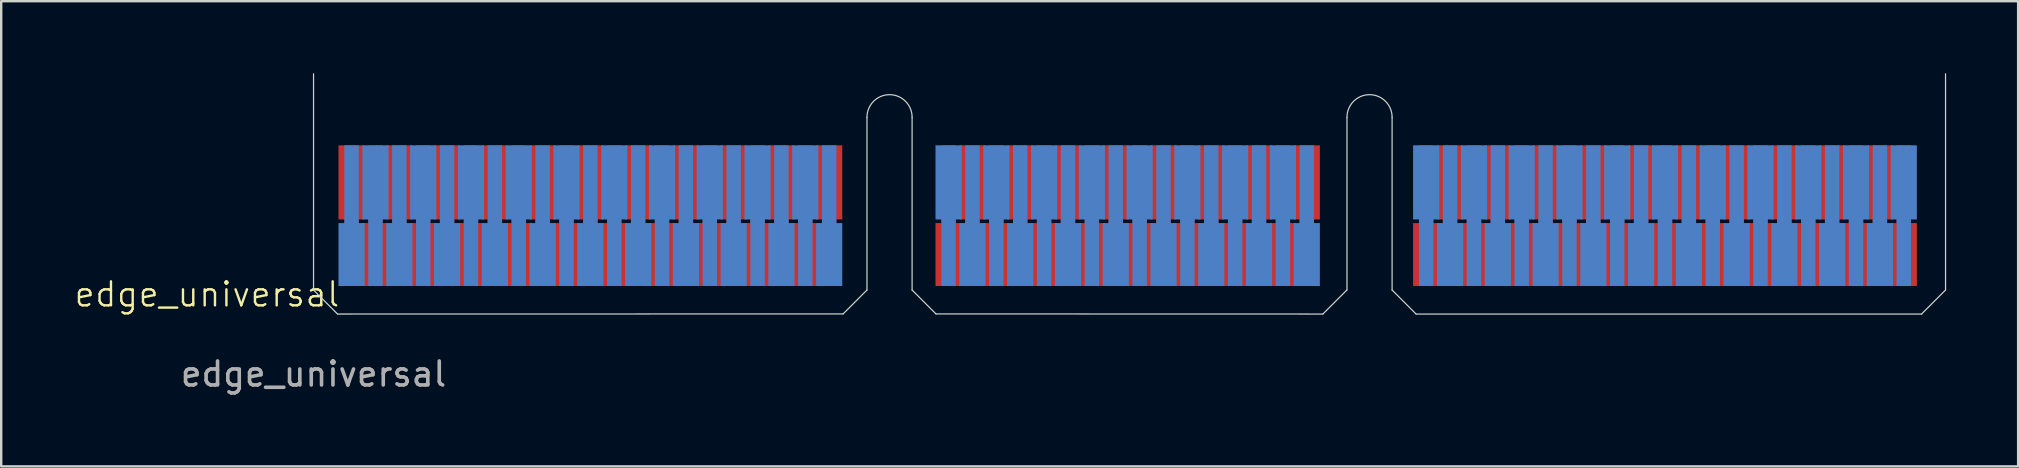
<source format=kicad_pcb>
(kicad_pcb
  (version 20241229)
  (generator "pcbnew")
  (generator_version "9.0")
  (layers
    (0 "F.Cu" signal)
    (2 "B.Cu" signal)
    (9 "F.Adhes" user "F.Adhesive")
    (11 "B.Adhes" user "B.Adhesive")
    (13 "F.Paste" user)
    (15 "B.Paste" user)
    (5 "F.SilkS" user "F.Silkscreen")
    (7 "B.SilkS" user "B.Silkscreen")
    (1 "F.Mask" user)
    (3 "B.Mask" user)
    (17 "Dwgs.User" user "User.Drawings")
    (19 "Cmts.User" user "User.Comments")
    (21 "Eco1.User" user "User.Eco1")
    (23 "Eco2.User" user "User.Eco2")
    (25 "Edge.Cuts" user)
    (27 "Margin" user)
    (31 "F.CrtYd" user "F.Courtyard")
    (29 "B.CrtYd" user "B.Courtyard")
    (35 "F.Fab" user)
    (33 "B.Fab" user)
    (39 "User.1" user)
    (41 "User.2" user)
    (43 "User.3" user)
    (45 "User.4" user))
  (footprint "edge_universal"
    (layer "F.Cu")
    (at 10.014 10.035)
    (property "Reference" "edge_universal" (at -4.44 -0.82 0) (unlocked yes) (layer "F.SilkS") (effects (font (size 1 1) (thickness 0.1))))
    (attr smd)
    (fp_poly (pts (xy 67.99 -7.035) (xy 67.99 -0.005) (xy -0.01 -0.005) (xy -0.01 -7.035)) (stroke (width 0.01) (type solid)) (fill yes) (layer "F.Mask"))
    (fp_poly (pts (xy 67.99 -7.035) (xy 67.99 -0.005) (xy -0.01 -0.005) (xy -0.01 -7.035)) (stroke (width 0.01) (type solid)) (fill yes) (layer "B.Mask"))
    (fp_line (start 0 -1) (end 0 -10.01) (stroke (width 0.05) (type default)) (layer "Edge.Cuts"))
    (fp_line (start 0 -1) (end 0.995 -0.005) (stroke (width 0.05) (type default)) (layer "Edge.Cuts"))
    (fp_line (start 1 -0.000227) (end 22.065 -0.005) (stroke (width 0.05) (type default)) (layer "Edge.Cuts"))
    (fp_line (start 23.06 -1) (end 22.065 -0.005) (stroke (width 0.05) (type default)) (layer "Edge.Cuts"))
    (fp_line (start 23.06 -1) (end 23.06 -8.2) (stroke (width 0.05) (type default)) (layer "Edge.Cuts"))
    (fp_line (start 24.94 -8.2) (end 24.94 -1) (stroke (width 0.05) (type default)) (layer "Edge.Cuts"))
    (fp_line (start 24.94 -1) (end 25.935 -0.005) (stroke (width 0.05) (type default)) (layer "Edge.Cuts"))
    (fp_line (start 25.935 -0.005) (end 42.055 0) (stroke (width 0.05) (type default)) (layer "Edge.Cuts"))
    (fp_line (start 43.055 -1) (end 42.055 0) (stroke (width 0.05) (type default)) (layer "Edge.Cuts"))
    (fp_line (start 43.06 -8.2) (end 43.06 -1.005) (stroke (width 0.05) (type default)) (layer "Edge.Cuts"))
    (fp_line (start 44.94 -1) (end 44.94 -8.2) (stroke (width 0.05) (type default)) (layer "Edge.Cuts"))
    (fp_line (start 44.94 -1) (end 45.94 0) (stroke (width 0.05) (type default)) (layer "Edge.Cuts"))
    (fp_line (start 67.005 0) (end 45.94 0) (stroke (width 0.05) (type default)) (layer "Edge.Cuts"))
    (fp_line (start 68 -1) (end 67.005 -0.005) (stroke (width 0.05) (type default)) (layer "Edge.Cuts"))
    (fp_line (start 68 -1) (end 68 -10.01) (stroke (width 0.05) (type default)) (layer "Edge.Cuts"))
    (fp_arc (start 23.06 -8.2) (mid 24 -9.14) (end 24.94 -8.2) (stroke (width 0.05) (type default)) (layer "Edge.Cuts"))
    (fp_arc (start 43.06 -8.2) (mid 44 -9.14) (end 44.94 -8.2) (stroke (width 0.05) (type default)) (layer "Edge.Cuts"))
    (fp_text user "${REFERENCE}" (at 0 2.5 0) (unlocked yes) (layer "F.Fab") (effects (font (size 1 1) (thickness 0.15))))
    (pad "A1" smd custom (at 1.585 -2.48) (size 0.59 0.59) (layers "B.Cu" "B.Mask") (options (anchor circle)) (primitives (gr_poly (pts (xy -0.471 -0.206) (xy -0.465 -0.24) (xy -0.445 -0.269) (xy -0.417 -0.288) (xy -0.383 -0.295) (xy 0.383 -0.295) (xy 0.417 -0.288) (xy 0.445 -0.269) (xy 0.465 -0.24) (xy 0.471 -0.206) (xy 0.471 0.206) (xy 0.465 0.24) (xy 0.445 0.269) (xy 0.417 0.288) (xy 0.383 0.295) (xy -0.383 0.295) (xy -0.417 0.288) (xy -0.445 0.269) (xy -0.465 0.24) (xy -0.471 0.206)) (width 0) (fill yes)) (gr_rect (start -0.545 -1.31) (end 0.545 1.31) (width 0.001) (fill yes)) (gr_rect (start -0.3 -4.55) (end 0.3 -1.31) (width 0.001) (fill yes))))
    (pad "A2" smd custom (at 2.58 -5.485) (size 0.745 0.745) (layers "B.Cu" "B.Mask") (options (anchor circle)) (primitives (gr_poly (pts (xy -0.504 -0.261) (xy -0.495 -0.304) (xy -0.471 -0.34) (xy -0.435 -0.364) (xy -0.392 -0.372) (xy 0.392 -0.372) (xy 0.435 -0.364) (xy 0.471 -0.34) (xy 0.495 -0.304) (xy 0.504 -0.261) (xy 0.504 0.261) (xy 0.495 0.304) (xy 0.471 0.34) (xy 0.435 0.364) (xy 0.392 0.372) (xy -0.392 0.372) (xy -0.435 0.364) (xy -0.471 0.34) (xy -0.495 0.304) (xy -0.504 0.261)) (width 0) (fill yes)) (gr_rect (start -0.545 -1.545) (end 0.545 1.545) (width 0.0001) (fill yes)) (gr_rect (start -0.3 1.545) (end 0.3 4.315) (width 0.001) (fill yes))))
    (pad "A3" smd custom (at 3.575 -2.48) (size 0.59 0.59) (layers "B.Cu" "B.Mask") (options (anchor circle)) (primitives (gr_poly (pts (xy -0.471 -0.206) (xy -0.465 -0.24) (xy -0.445 -0.269) (xy -0.417 -0.288) (xy -0.383 -0.295) (xy 0.383 -0.295) (xy 0.417 -0.288) (xy 0.445 -0.269) (xy 0.465 -0.24) (xy 0.471 -0.206) (xy 0.471 0.206) (xy 0.465 0.24) (xy 0.445 0.269) (xy 0.417 0.288) (xy 0.383 0.295) (xy -0.383 0.295) (xy -0.417 0.288) (xy -0.445 0.269) (xy -0.465 0.24) (xy -0.471 0.206)) (width 0) (fill yes)) (gr_rect (start -0.545 -1.31) (end 0.545 1.31) (width 0.001) (fill yes)) (gr_rect (start -0.3 -4.55) (end 0.3 -1.31) (width 0.001) (fill yes))))
    (pad "A4" smd custom (at 4.57 -5.485) (size 0.745 0.745) (layers "B.Cu" "B.Mask") (options (anchor circle)) (primitives (gr_poly (pts (xy -0.504 -0.261) (xy -0.495 -0.304) (xy -0.471 -0.34) (xy -0.435 -0.364) (xy -0.392 -0.372) (xy 0.392 -0.372) (xy 0.435 -0.364) (xy 0.471 -0.34) (xy 0.495 -0.304) (xy 0.504 -0.261) (xy 0.504 0.261) (xy 0.495 0.304) (xy 0.471 0.34) (xy 0.435 0.364) (xy 0.392 0.372) (xy -0.392 0.372) (xy -0.435 0.364) (xy -0.471 0.34) (xy -0.495 0.304) (xy -0.504 0.261)) (width 0) (fill yes)) (gr_rect (start -0.545 -1.545) (end 0.545 1.545) (width 0.0001) (fill yes)) (gr_rect (start -0.3 1.545) (end 0.3 4.315) (width 0.001) (fill yes))))
    (pad "A5" smd custom (at 5.565 -2.48) (size 0.59 0.59) (layers "B.Cu" "B.Mask") (options (anchor circle)) (primitives (gr_poly (pts (xy -0.471 -0.206) (xy -0.465 -0.24) (xy -0.445 -0.269) (xy -0.417 -0.288) (xy -0.383 -0.295) (xy 0.383 -0.295) (xy 0.417 -0.288) (xy 0.445 -0.269) (xy 0.465 -0.24) (xy 0.471 -0.206) (xy 0.471 0.206) (xy 0.465 0.24) (xy 0.445 0.269) (xy 0.417 0.288) (xy 0.383 0.295) (xy -0.383 0.295) (xy -0.417 0.288) (xy -0.445 0.269) (xy -0.465 0.24) (xy -0.471 0.206)) (width 0) (fill yes)) (gr_rect (start -0.545 -1.31) (end 0.545 1.31) (width 0.001) (fill yes)) (gr_rect (start -0.3 -4.55) (end 0.3 -1.31) (width 0.001) (fill yes))))
    (pad "A6" smd custom (at 6.56 -5.485) (size 0.745 0.745) (layers "B.Cu" "B.Mask") (options (anchor circle)) (primitives (gr_poly (pts (xy -0.504 -0.261) (xy -0.495 -0.304) (xy -0.471 -0.34) (xy -0.435 -0.364) (xy -0.392 -0.372) (xy 0.392 -0.372) (xy 0.435 -0.364) (xy 0.471 -0.34) (xy 0.495 -0.304) (xy 0.504 -0.261) (xy 0.504 0.261) (xy 0.495 0.304) (xy 0.471 0.34) (xy 0.435 0.364) (xy 0.392 0.372) (xy -0.392 0.372) (xy -0.435 0.364) (xy -0.471 0.34) (xy -0.495 0.304) (xy -0.504 0.261)) (width 0) (fill yes)) (gr_rect (start -0.545 -1.545) (end 0.545 1.545) (width 0.0001) (fill yes)) (gr_rect (start -0.3 1.545) (end 0.3 4.315) (width 0.001) (fill yes))))
    (pad "A7" smd custom (at 7.555 -2.48) (size 0.59 0.59) (layers "B.Cu" "B.Mask") (options (anchor circle)) (primitives (gr_poly (pts (xy -0.471 -0.206) (xy -0.465 -0.24) (xy -0.445 -0.269) (xy -0.417 -0.288) (xy -0.383 -0.295) (xy 0.383 -0.295) (xy 0.417 -0.288) (xy 0.445 -0.269) (xy 0.465 -0.24) (xy 0.471 -0.206) (xy 0.471 0.206) (xy 0.465 0.24) (xy 0.445 0.269) (xy 0.417 0.288) (xy 0.383 0.295) (xy -0.383 0.295) (xy -0.417 0.288) (xy -0.445 0.269) (xy -0.465 0.24) (xy -0.471 0.206)) (width 0) (fill yes)) (gr_rect (start -0.545 -1.31) (end 0.545 1.31) (width 0.001) (fill yes)) (gr_rect (start -0.3 -4.55) (end 0.3 -1.31) (width 0.001) (fill yes))))
    (pad "A8" smd custom (at 8.55 -5.485) (size 0.745 0.745) (layers "B.Cu" "B.Mask") (options (anchor circle)) (primitives (gr_poly (pts (xy -0.504 -0.261) (xy -0.495 -0.304) (xy -0.471 -0.34) (xy -0.435 -0.364) (xy -0.392 -0.372) (xy 0.392 -0.372) (xy 0.435 -0.364) (xy 0.471 -0.34) (xy 0.495 -0.304) (xy 0.504 -0.261) (xy 0.504 0.261) (xy 0.495 0.304) (xy 0.471 0.34) (xy 0.435 0.364) (xy 0.392 0.372) (xy -0.392 0.372) (xy -0.435 0.364) (xy -0.471 0.34) (xy -0.495 0.304) (xy -0.504 0.261)) (width 0) (fill yes)) (gr_rect (start -0.545 -1.545) (end 0.545 1.545) (width 0.0001) (fill yes)) (gr_rect (start -0.3 1.545) (end 0.3 4.315) (width 0.001) (fill yes))))
    (pad "A9" smd custom (at 9.545 -2.48) (size 0.59 0.59) (layers "B.Cu" "B.Mask") (options (anchor circle)) (primitives (gr_poly (pts (xy -0.471 -0.206) (xy -0.465 -0.24) (xy -0.445 -0.269) (xy -0.417 -0.288) (xy -0.383 -0.295) (xy 0.383 -0.295) (xy 0.417 -0.288) (xy 0.445 -0.269) (xy 0.465 -0.24) (xy 0.471 -0.206) (xy 0.471 0.206) (xy 0.465 0.24) (xy 0.445 0.269) (xy 0.417 0.288) (xy 0.383 0.295) (xy -0.383 0.295) (xy -0.417 0.288) (xy -0.445 0.269) (xy -0.465 0.24) (xy -0.471 0.206)) (width 0) (fill yes)) (gr_rect (start -0.545 -1.31) (end 0.545 1.31) (width 0.001) (fill yes)) (gr_rect (start -0.3 -4.55) (end 0.3 -1.31) (width 0.001) (fill yes))))
    (pad "A10" smd custom (at 10.54 -5.485) (size 0.745 0.745) (layers "B.Cu" "B.Mask") (options (anchor circle)) (primitives (gr_poly (pts (xy -0.504 -0.261) (xy -0.495 -0.304) (xy -0.471 -0.34) (xy -0.435 -0.364) (xy -0.392 -0.372) (xy 0.392 -0.372) (xy 0.435 -0.364) (xy 0.471 -0.34) (xy 0.495 -0.304) (xy 0.504 -0.261) (xy 0.504 0.261) (xy 0.495 0.304) (xy 0.471 0.34) (xy 0.435 0.364) (xy 0.392 0.372) (xy -0.392 0.372) (xy -0.435 0.364) (xy -0.471 0.34) (xy -0.495 0.304) (xy -0.504 0.261)) (width 0) (fill yes)) (gr_rect (start -0.545 -1.545) (end 0.545 1.545) (width 0.0001) (fill yes)) (gr_rect (start -0.3 1.545) (end 0.3 4.315) (width 0.001) (fill yes))))
    (pad "A11" smd custom (at 11.535 -2.48) (size 0.59 0.59) (layers "B.Cu" "B.Mask") (options (anchor circle)) (primitives (gr_poly (pts (xy -0.471 -0.206) (xy -0.465 -0.24) (xy -0.445 -0.269) (xy -0.417 -0.288) (xy -0.383 -0.295) (xy 0.383 -0.295) (xy 0.417 -0.288) (xy 0.445 -0.269) (xy 0.465 -0.24) (xy 0.471 -0.206) (xy 0.471 0.206) (xy 0.465 0.24) (xy 0.445 0.269) (xy 0.417 0.288) (xy 0.383 0.295) (xy -0.383 0.295) (xy -0.417 0.288) (xy -0.445 0.269) (xy -0.465 0.24) (xy -0.471 0.206)) (width 0) (fill yes)) (gr_rect (start -0.545 -1.31) (end 0.545 1.31) (width 0.001) (fill yes)) (gr_rect (start -0.3 -4.55) (end 0.3 -1.31) (width 0.001) (fill yes))))
    (pad "A12" smd custom (at 12.53 -5.485) (size 0.745 0.745) (layers "B.Cu" "B.Mask") (options (anchor circle)) (primitives (gr_poly (pts (xy -0.504 -0.261) (xy -0.495 -0.304) (xy -0.471 -0.34) (xy -0.435 -0.364) (xy -0.392 -0.372) (xy 0.392 -0.372) (xy 0.435 -0.364) (xy 0.471 -0.34) (xy 0.495 -0.304) (xy 0.504 -0.261) (xy 0.504 0.261) (xy 0.495 0.304) (xy 0.471 0.34) (xy 0.435 0.364) (xy 0.392 0.372) (xy -0.392 0.372) (xy -0.435 0.364) (xy -0.471 0.34) (xy -0.495 0.304) (xy -0.504 0.261)) (width 0) (fill yes)) (gr_rect (start -0.545 -1.545) (end 0.545 1.545) (width 0.0001) (fill yes)) (gr_rect (start -0.3 1.545) (end 0.3 4.315) (width 0.001) (fill yes))))
    (pad "A13" smd custom (at 13.525 -2.48) (size 0.59 0.59) (layers "B.Cu" "B.Mask") (options (anchor circle)) (primitives (gr_poly (pts (xy -0.471 -0.206) (xy -0.465 -0.24) (xy -0.445 -0.269) (xy -0.417 -0.288) (xy -0.383 -0.295) (xy 0.383 -0.295) (xy 0.417 -0.288) (xy 0.445 -0.269) (xy 0.465 -0.24) (xy 0.471 -0.206) (xy 0.471 0.206) (xy 0.465 0.24) (xy 0.445 0.269) (xy 0.417 0.288) (xy 0.383 0.295) (xy -0.383 0.295) (xy -0.417 0.288) (xy -0.445 0.269) (xy -0.465 0.24) (xy -0.471 0.206)) (width 0) (fill yes)) (gr_rect (start -0.545 -1.31) (end 0.545 1.31) (width 0.001) (fill yes)) (gr_rect (start -0.3 -4.55) (end 0.3 -1.31) (width 0.001) (fill yes))))
    (pad "A14" smd custom (at 14.52 -5.485) (size 0.745 0.745) (layers "B.Cu" "B.Mask") (options (anchor circle)) (primitives (gr_poly (pts (xy -0.504 -0.261) (xy -0.495 -0.304) (xy -0.471 -0.34) (xy -0.435 -0.364) (xy -0.392 -0.372) (xy 0.392 -0.372) (xy 0.435 -0.364) (xy 0.471 -0.34) (xy 0.495 -0.304) (xy 0.504 -0.261) (xy 0.504 0.261) (xy 0.495 0.304) (xy 0.471 0.34) (xy 0.435 0.364) (xy 0.392 0.372) (xy -0.392 0.372) (xy -0.435 0.364) (xy -0.471 0.34) (xy -0.495 0.304) (xy -0.504 0.261)) (width 0) (fill yes)) (gr_rect (start -0.545 -1.545) (end 0.545 1.545) (width 0.0001) (fill yes)) (gr_rect (start -0.3 1.545) (end 0.3 4.315) (width 0.001) (fill yes))))
    (pad "A15" smd custom (at 15.515 -2.48) (size 0.59 0.59) (layers "B.Cu" "B.Mask") (options (anchor circle)) (primitives (gr_poly (pts (xy -0.471 -0.206) (xy -0.465 -0.24) (xy -0.445 -0.269) (xy -0.417 -0.288) (xy -0.383 -0.295) (xy 0.383 -0.295) (xy 0.417 -0.288) (xy 0.445 -0.269) (xy 0.465 -0.24) (xy 0.471 -0.206) (xy 0.471 0.206) (xy 0.465 0.24) (xy 0.445 0.269) (xy 0.417 0.288) (xy 0.383 0.295) (xy -0.383 0.295) (xy -0.417 0.288) (xy -0.445 0.269) (xy -0.465 0.24) (xy -0.471 0.206)) (width 0) (fill yes)) (gr_rect (start -0.545 -1.31) (end 0.545 1.31) (width 0.001) (fill yes)) (gr_rect (start -0.3 -4.55) (end 0.3 -1.31) (width 0.001) (fill yes))))
    (pad "A16" smd custom (at 16.51 -5.485) (size 0.745 0.745) (layers "B.Cu" "B.Mask") (options (anchor circle)) (primitives (gr_poly (pts (xy -0.504 -0.261) (xy -0.495 -0.304) (xy -0.471 -0.34) (xy -0.435 -0.364) (xy -0.392 -0.372) (xy 0.392 -0.372) (xy 0.435 -0.364) (xy 0.471 -0.34) (xy 0.495 -0.304) (xy 0.504 -0.261) (xy 0.504 0.261) (xy 0.495 0.304) (xy 0.471 0.34) (xy 0.435 0.364) (xy 0.392 0.372) (xy -0.392 0.372) (xy -0.435 0.364) (xy -0.471 0.34) (xy -0.495 0.304) (xy -0.504 0.261)) (width 0) (fill yes)) (gr_rect (start -0.545 -1.545) (end 0.545 1.545) (width 0.0001) (fill yes)) (gr_rect (start -0.3 1.545) (end 0.3 4.315) (width 0.001) (fill yes))))
    (pad "A17" smd custom (at 17.505 -2.48) (size 0.59 0.59) (layers "B.Cu" "B.Mask") (options (anchor circle)) (primitives (gr_poly (pts (xy -0.471 -0.206) (xy -0.465 -0.24) (xy -0.445 -0.269) (xy -0.417 -0.288) (xy -0.383 -0.295) (xy 0.383 -0.295) (xy 0.417 -0.288) (xy 0.445 -0.269) (xy 0.465 -0.24) (xy 0.471 -0.206) (xy 0.471 0.206) (xy 0.465 0.24) (xy 0.445 0.269) (xy 0.417 0.288) (xy 0.383 0.295) (xy -0.383 0.295) (xy -0.417 0.288) (xy -0.445 0.269) (xy -0.465 0.24) (xy -0.471 0.206)) (width 0) (fill yes)) (gr_rect (start -0.545 -1.31) (end 0.545 1.31) (width 0.001) (fill yes)) (gr_rect (start -0.3 -4.55) (end 0.3 -1.31) (width 0.001) (fill yes))))
    (pad "A18" smd custom (at 18.5 -5.485) (size 0.745 0.745) (layers "B.Cu" "B.Mask") (options (anchor circle)) (primitives (gr_poly (pts (xy -0.504 -0.261) (xy -0.495 -0.304) (xy -0.471 -0.34) (xy -0.435 -0.364) (xy -0.392 -0.372) (xy 0.392 -0.372) (xy 0.435 -0.364) (xy 0.471 -0.34) (xy 0.495 -0.304) (xy 0.504 -0.261) (xy 0.504 0.261) (xy 0.495 0.304) (xy 0.471 0.34) (xy 0.435 0.364) (xy 0.392 0.372) (xy -0.392 0.372) (xy -0.435 0.364) (xy -0.471 0.34) (xy -0.495 0.304) (xy -0.504 0.261)) (width 0) (fill yes)) (gr_rect (start -0.545 -1.545) (end 0.545 1.545) (width 0.0001) (fill yes)) (gr_rect (start -0.3 1.545) (end 0.3 4.315) (width 0.001) (fill yes))))
    (pad "A19" smd custom (at 19.495 -2.48) (size 0.59 0.59) (layers "B.Cu" "B.Mask") (options (anchor circle)) (primitives (gr_poly (pts (xy -0.471 -0.206) (xy -0.465 -0.24) (xy -0.445 -0.269) (xy -0.417 -0.288) (xy -0.383 -0.295) (xy 0.383 -0.295) (xy 0.417 -0.288) (xy 0.445 -0.269) (xy 0.465 -0.24) (xy 0.471 -0.206) (xy 0.471 0.206) (xy 0.465 0.24) (xy 0.445 0.269) (xy 0.417 0.288) (xy 0.383 0.295) (xy -0.383 0.295) (xy -0.417 0.288) (xy -0.445 0.269) (xy -0.465 0.24) (xy -0.471 0.206)) (width 0) (fill yes)) (gr_rect (start -0.545 -1.31) (end 0.545 1.31) (width 0.001) (fill yes)) (gr_rect (start -0.3 -4.55) (end 0.3 -1.31) (width 0.001) (fill yes))))
    (pad "A20" smd custom (at 20.49 -5.485) (size 0.745 0.745) (layers "B.Cu" "B.Mask") (options (anchor circle)) (primitives (gr_poly (pts (xy -0.504 -0.261) (xy -0.495 -0.304) (xy -0.471 -0.34) (xy -0.435 -0.364) (xy -0.392 -0.372) (xy 0.392 -0.372) (xy 0.435 -0.364) (xy 0.471 -0.34) (xy 0.495 -0.304) (xy 0.504 -0.261) (xy 0.504 0.261) (xy 0.495 0.304) (xy 0.471 0.34) (xy 0.435 0.364) (xy 0.392 0.372) (xy -0.392 0.372) (xy -0.435 0.364) (xy -0.471 0.34) (xy -0.495 0.304) (xy -0.504 0.261)) (width 0) (fill yes)) (gr_rect (start -0.545 -1.545) (end 0.545 1.545) (width 0.0001) (fill yes)) (gr_rect (start -0.3 1.545) (end 0.3 4.315) (width 0.001) (fill yes))))
    (pad "A21" smd custom (at 21.485 -2.48) (size 0.59 0.59) (layers "B.Cu" "B.Mask") (options (anchor circle)) (primitives (gr_poly (pts (xy -0.471 -0.206) (xy -0.465 -0.24) (xy -0.445 -0.269) (xy -0.417 -0.288) (xy -0.383 -0.295) (xy 0.383 -0.295) (xy 0.417 -0.288) (xy 0.445 -0.269) (xy 0.465 -0.24) (xy 0.471 -0.206) (xy 0.471 0.206) (xy 0.465 0.24) (xy 0.445 0.269) (xy 0.417 0.288) (xy 0.383 0.295) (xy -0.383 0.295) (xy -0.417 0.288) (xy -0.445 0.269) (xy -0.465 0.24) (xy -0.471 0.206)) (width 0) (fill yes)) (gr_rect (start -0.545 -1.31) (end 0.545 1.31) (width 0.001) (fill yes)) (gr_rect (start -0.3 -4.55) (end 0.3 -1.31) (width 0.001) (fill yes))))
    (pad "A26" smd custom (at 26.46 -5.485) (size 0.745 0.745) (layers "B.Cu" "B.Mask") (options (anchor circle)) (primitives (gr_poly (pts (xy -0.504 -0.261) (xy -0.495 -0.304) (xy -0.471 -0.34) (xy -0.435 -0.364) (xy -0.392 -0.372) (xy 0.392 -0.372) (xy 0.435 -0.364) (xy 0.471 -0.34) (xy 0.495 -0.304) (xy 0.504 -0.261) (xy 0.504 0.261) (xy 0.495 0.304) (xy 0.471 0.34) (xy 0.435 0.364) (xy 0.392 0.372) (xy -0.392 0.372) (xy -0.435 0.364) (xy -0.471 0.34) (xy -0.495 0.304) (xy -0.504 0.261)) (width 0) (fill yes)) (gr_rect (start -0.545 -1.545) (end 0.545 1.545) (width 0.0001) (fill yes)) (gr_rect (start -0.3 1.545) (end 0.3 4.315) (width 0.001) (fill yes))))
    (pad "A27" smd custom (at 27.455 -2.48) (size 0.59 0.59) (layers "B.Cu" "B.Mask") (options (anchor circle)) (primitives (gr_poly (pts (xy -0.471 -0.206) (xy -0.465 -0.24) (xy -0.445 -0.269) (xy -0.417 -0.288) (xy -0.383 -0.295) (xy 0.383 -0.295) (xy 0.417 -0.288) (xy 0.445 -0.269) (xy 0.465 -0.24) (xy 0.471 -0.206) (xy 0.471 0.206) (xy 0.465 0.24) (xy 0.445 0.269) (xy 0.417 0.288) (xy 0.383 0.295) (xy -0.383 0.295) (xy -0.417 0.288) (xy -0.445 0.269) (xy -0.465 0.24) (xy -0.471 0.206)) (width 0) (fill yes)) (gr_rect (start -0.545 -1.31) (end 0.545 1.31) (width 0.001) (fill yes)) (gr_rect (start -0.3 -4.55) (end 0.3 -1.31) (width 0.001) (fill yes))))
    (pad "A28" smd custom (at 28.45 -5.485) (size 0.745 0.745) (layers "B.Cu" "B.Mask") (options (anchor circle)) (primitives (gr_poly (pts (xy -0.504 -0.261) (xy -0.495 -0.304) (xy -0.471 -0.34) (xy -0.435 -0.364) (xy -0.392 -0.372) (xy 0.392 -0.372) (xy 0.435 -0.364) (xy 0.471 -0.34) (xy 0.495 -0.304) (xy 0.504 -0.261) (xy 0.504 0.261) (xy 0.495 0.304) (xy 0.471 0.34) (xy 0.435 0.364) (xy 0.392 0.372) (xy -0.392 0.372) (xy -0.435 0.364) (xy -0.471 0.34) (xy -0.495 0.304) (xy -0.504 0.261)) (width 0) (fill yes)) (gr_rect (start -0.545 -1.545) (end 0.545 1.545) (width 0.0001) (fill yes)) (gr_rect (start -0.3 1.545) (end 0.3 4.315) (width 0.001) (fill yes))))
    (pad "A29" smd custom (at 29.445 -2.48) (size 0.59 0.59) (layers "B.Cu" "B.Mask") (options (anchor circle)) (primitives (gr_poly (pts (xy -0.471 -0.206) (xy -0.465 -0.24) (xy -0.445 -0.269) (xy -0.417 -0.288) (xy -0.383 -0.295) (xy 0.383 -0.295) (xy 0.417 -0.288) (xy 0.445 -0.269) (xy 0.465 -0.24) (xy 0.471 -0.206) (xy 0.471 0.206) (xy 0.465 0.24) (xy 0.445 0.269) (xy 0.417 0.288) (xy 0.383 0.295) (xy -0.383 0.295) (xy -0.417 0.288) (xy -0.445 0.269) (xy -0.465 0.24) (xy -0.471 0.206)) (width 0) (fill yes)) (gr_rect (start -0.545 -1.31) (end 0.545 1.31) (width 0.001) (fill yes)) (gr_rect (start -0.3 -4.55) (end 0.3 -1.31) (width 0.001) (fill yes))))
    (pad "A30" smd custom (at 30.44 -5.485) (size 0.745 0.745) (layers "B.Cu" "B.Mask") (options (anchor circle)) (primitives (gr_poly (pts (xy -0.504 -0.261) (xy -0.495 -0.304) (xy -0.471 -0.34) (xy -0.435 -0.364) (xy -0.392 -0.372) (xy 0.392 -0.372) (xy 0.435 -0.364) (xy 0.471 -0.34) (xy 0.495 -0.304) (xy 0.504 -0.261) (xy 0.504 0.261) (xy 0.495 0.304) (xy 0.471 0.34) (xy 0.435 0.364) (xy 0.392 0.372) (xy -0.392 0.372) (xy -0.435 0.364) (xy -0.471 0.34) (xy -0.495 0.304) (xy -0.504 0.261)) (width 0) (fill yes)) (gr_rect (start -0.545 -1.545) (end 0.545 1.545) (width 0.0001) (fill yes)) (gr_rect (start -0.3 1.545) (end 0.3 4.315) (width 0.001) (fill yes))))
    (pad "A31" smd custom (at 31.435 -2.48) (size 0.59 0.59) (layers "B.Cu" "B.Mask") (options (anchor circle)) (primitives (gr_poly (pts (xy -0.471 -0.206) (xy -0.465 -0.24) (xy -0.445 -0.269) (xy -0.417 -0.288) (xy -0.383 -0.295) (xy 0.383 -0.295) (xy 0.417 -0.288) (xy 0.445 -0.269) (xy 0.465 -0.24) (xy 0.471 -0.206) (xy 0.471 0.206) (xy 0.465 0.24) (xy 0.445 0.269) (xy 0.417 0.288) (xy 0.383 0.295) (xy -0.383 0.295) (xy -0.417 0.288) (xy -0.445 0.269) (xy -0.465 0.24) (xy -0.471 0.206)) (width 0) (fill yes)) (gr_rect (start -0.545 -1.31) (end 0.545 1.31) (width 0.001) (fill yes)) (gr_rect (start -0.3 -4.55) (end 0.3 -1.31) (width 0.001) (fill yes))))
    (pad "A32" smd custom (at 32.43 -5.485) (size 0.745 0.745) (layers "B.Cu" "B.Mask") (options (anchor circle)) (primitives (gr_poly (pts (xy -0.504 -0.261) (xy -0.495 -0.304) (xy -0.471 -0.34) (xy -0.435 -0.364) (xy -0.392 -0.372) (xy 0.392 -0.372) (xy 0.435 -0.364) (xy 0.471 -0.34) (xy 0.495 -0.304) (xy 0.504 -0.261) (xy 0.504 0.261) (xy 0.495 0.304) (xy 0.471 0.34) (xy 0.435 0.364) (xy 0.392 0.372) (xy -0.392 0.372) (xy -0.435 0.364) (xy -0.471 0.34) (xy -0.495 0.304) (xy -0.504 0.261)) (width 0) (fill yes)) (gr_rect (start -0.545 -1.545) (end 0.545 1.545) (width 0.0001) (fill yes)) (gr_rect (start -0.3 1.545) (end 0.3 4.315) (width 0.001) (fill yes))))
    (pad "A33" smd custom (at 33.425 -2.48) (size 0.59 0.59) (layers "B.Cu" "B.Mask") (options (anchor circle)) (primitives (gr_poly (pts (xy -0.471 -0.206) (xy -0.465 -0.24) (xy -0.445 -0.269) (xy -0.417 -0.288) (xy -0.383 -0.295) (xy 0.383 -0.295) (xy 0.417 -0.288) (xy 0.445 -0.269) (xy 0.465 -0.24) (xy 0.471 -0.206) (xy 0.471 0.206) (xy 0.465 0.24) (xy 0.445 0.269) (xy 0.417 0.288) (xy 0.383 0.295) (xy -0.383 0.295) (xy -0.417 0.288) (xy -0.445 0.269) (xy -0.465 0.24) (xy -0.471 0.206)) (width 0) (fill yes)) (gr_rect (start -0.545 -1.31) (end 0.545 1.31) (width 0.001) (fill yes)) (gr_rect (start -0.3 -4.55) (end 0.3 -1.31) (width 0.001) (fill yes))))
    (pad "A34" smd custom (at 34.42 -5.485) (size 0.745 0.745) (layers "B.Cu" "B.Mask") (options (anchor circle)) (primitives (gr_poly (pts (xy -0.504 -0.261) (xy -0.495 -0.304) (xy -0.471 -0.34) (xy -0.435 -0.364) (xy -0.392 -0.372) (xy 0.392 -0.372) (xy 0.435 -0.364) (xy 0.471 -0.34) (xy 0.495 -0.304) (xy 0.504 -0.261) (xy 0.504 0.261) (xy 0.495 0.304) (xy 0.471 0.34) (xy 0.435 0.364) (xy 0.392 0.372) (xy -0.392 0.372) (xy -0.435 0.364) (xy -0.471 0.34) (xy -0.495 0.304) (xy -0.504 0.261)) (width 0) (fill yes)) (gr_rect (start -0.545 -1.545) (end 0.545 1.545) (width 0.0001) (fill yes)) (gr_rect (start -0.3 1.545) (end 0.3 4.315) (width 0.001) (fill yes))))
    (pad "A35" smd custom (at 35.415 -2.48) (size 0.59 0.59) (layers "B.Cu" "B.Mask") (options (anchor circle)) (primitives (gr_poly (pts (xy -0.471 -0.206) (xy -0.465 -0.24) (xy -0.445 -0.269) (xy -0.417 -0.288) (xy -0.383 -0.295) (xy 0.383 -0.295) (xy 0.417 -0.288) (xy 0.445 -0.269) (xy 0.465 -0.24) (xy 0.471 -0.206) (xy 0.471 0.206) (xy 0.465 0.24) (xy 0.445 0.269) (xy 0.417 0.288) (xy 0.383 0.295) (xy -0.383 0.295) (xy -0.417 0.288) (xy -0.445 0.269) (xy -0.465 0.24) (xy -0.471 0.206)) (width 0) (fill yes)) (gr_rect (start -0.545 -1.31) (end 0.545 1.31) (width 0.001) (fill yes)) (gr_rect (start -0.3 -4.55) (end 0.3 -1.31) (width 0.001) (fill yes))))
    (pad "A36" smd custom (at 36.41 -5.485) (size 0.745 0.745) (layers "B.Cu" "B.Mask") (options (anchor circle)) (primitives (gr_poly (pts (xy -0.504 -0.261) (xy -0.495 -0.304) (xy -0.471 -0.34) (xy -0.435 -0.364) (xy -0.392 -0.372) (xy 0.392 -0.372) (xy 0.435 -0.364) (xy 0.471 -0.34) (xy 0.495 -0.304) (xy 0.504 -0.261) (xy 0.504 0.261) (xy 0.495 0.304) (xy 0.471 0.34) (xy 0.435 0.364) (xy 0.392 0.372) (xy -0.392 0.372) (xy -0.435 0.364) (xy -0.471 0.34) (xy -0.495 0.304) (xy -0.504 0.261)) (width 0) (fill yes)) (gr_rect (start -0.545 -1.545) (end 0.545 1.545) (width 0.0001) (fill yes)) (gr_rect (start -0.3 1.545) (end 0.3 4.315) (width 0.001) (fill yes))))
    (pad "A37" smd custom (at 37.405 -2.48) (size 0.59 0.59) (layers "B.Cu" "B.Mask") (options (anchor circle)) (primitives (gr_poly (pts (xy -0.471 -0.206) (xy -0.465 -0.24) (xy -0.445 -0.269) (xy -0.417 -0.288) (xy -0.383 -0.295) (xy 0.383 -0.295) (xy 0.417 -0.288) (xy 0.445 -0.269) (xy 0.465 -0.24) (xy 0.471 -0.206) (xy 0.471 0.206) (xy 0.465 0.24) (xy 0.445 0.269) (xy 0.417 0.288) (xy 0.383 0.295) (xy -0.383 0.295) (xy -0.417 0.288) (xy -0.445 0.269) (xy -0.465 0.24) (xy -0.471 0.206)) (width 0) (fill yes)) (gr_rect (start -0.545 -1.31) (end 0.545 1.31) (width 0.001) (fill yes)) (gr_rect (start -0.3 -4.55) (end 0.3 -1.31) (width 0.001) (fill yes))))
    (pad "A38" smd custom (at 38.4 -5.485) (size 0.745 0.745) (layers "B.Cu" "B.Mask") (options (anchor circle)) (primitives (gr_poly (pts (xy -0.504 -0.261) (xy -0.495 -0.304) (xy -0.471 -0.34) (xy -0.435 -0.364) (xy -0.392 -0.372) (xy 0.392 -0.372) (xy 0.435 -0.364) (xy 0.471 -0.34) (xy 0.495 -0.304) (xy 0.504 -0.261) (xy 0.504 0.261) (xy 0.495 0.304) (xy 0.471 0.34) (xy 0.435 0.364) (xy 0.392 0.372) (xy -0.392 0.372) (xy -0.435 0.364) (xy -0.471 0.34) (xy -0.495 0.304) (xy -0.504 0.261)) (width 0) (fill yes)) (gr_rect (start -0.545 -1.545) (end 0.545 1.545) (width 0.0001) (fill yes)) (gr_rect (start -0.3 1.545) (end 0.3 4.315) (width 0.001) (fill yes))))
    (pad "A39" smd custom (at 39.395 -2.48) (size 0.59 0.59) (layers "B.Cu" "B.Mask") (options (anchor circle)) (primitives (gr_poly (pts (xy -0.471 -0.206) (xy -0.465 -0.24) (xy -0.445 -0.269) (xy -0.417 -0.288) (xy -0.383 -0.295) (xy 0.383 -0.295) (xy 0.417 -0.288) (xy 0.445 -0.269) (xy 0.465 -0.24) (xy 0.471 -0.206) (xy 0.471 0.206) (xy 0.465 0.24) (xy 0.445 0.269) (xy 0.417 0.288) (xy 0.383 0.295) (xy -0.383 0.295) (xy -0.417 0.288) (xy -0.445 0.269) (xy -0.465 0.24) (xy -0.471 0.206)) (width 0) (fill yes)) (gr_rect (start -0.545 -1.31) (end 0.545 1.31) (width 0.001) (fill yes)) (gr_rect (start -0.3 -4.55) (end 0.3 -1.31) (width 0.001) (fill yes))))
    (pad "A40" smd custom (at 40.39 -5.485) (size 0.745 0.745) (layers "B.Cu" "B.Mask") (options (anchor circle)) (primitives (gr_poly (pts (xy -0.504 -0.261) (xy -0.495 -0.304) (xy -0.471 -0.34) (xy -0.435 -0.364) (xy -0.392 -0.372) (xy 0.392 -0.372) (xy 0.435 -0.364) (xy 0.471 -0.34) (xy 0.495 -0.304) (xy 0.504 -0.261) (xy 0.504 0.261) (xy 0.495 0.304) (xy 0.471 0.34) (xy 0.435 0.364) (xy 0.392 0.372) (xy -0.392 0.372) (xy -0.435 0.364) (xy -0.471 0.34) (xy -0.495 0.304) (xy -0.504 0.261)) (width 0) (fill yes)) (gr_rect (start -0.545 -1.545) (end 0.545 1.545) (width 0.0001) (fill yes)) (gr_rect (start -0.3 1.545) (end 0.3 4.315) (width 0.001) (fill yes))))
    (pad "A41" smd custom (at 41.385 -2.48) (size 0.59 0.59) (layers "B.Cu" "B.Mask") (options (anchor circle)) (primitives (gr_poly (pts (xy -0.471 -0.206) (xy -0.465 -0.24) (xy -0.445 -0.269) (xy -0.417 -0.288) (xy -0.383 -0.295) (xy 0.383 -0.295) (xy 0.417 -0.288) (xy 0.445 -0.269) (xy 0.465 -0.24) (xy 0.471 -0.206) (xy 0.471 0.206) (xy 0.465 0.24) (xy 0.445 0.269) (xy 0.417 0.288) (xy 0.383 0.295) (xy -0.383 0.295) (xy -0.417 0.288) (xy -0.445 0.269) (xy -0.465 0.24) (xy -0.471 0.206)) (width 0) (fill yes)) (gr_rect (start -0.545 -1.31) (end 0.545 1.31) (width 0.001) (fill yes)) (gr_rect (start -0.3 -4.55) (end 0.3 -1.31) (width 0.001) (fill yes))))
    (pad "A46" smd custom (at 46.36 -5.485) (size 0.745 0.745) (layers "B.Cu" "B.Mask") (options (anchor circle)) (primitives (gr_poly (pts (xy -0.504 -0.261) (xy -0.495 -0.304) (xy -0.471 -0.34) (xy -0.435 -0.364) (xy -0.392 -0.372) (xy 0.392 -0.372) (xy 0.435 -0.364) (xy 0.471 -0.34) (xy 0.495 -0.304) (xy 0.504 -0.261) (xy 0.504 0.261) (xy 0.495 0.304) (xy 0.471 0.34) (xy 0.435 0.364) (xy 0.392 0.372) (xy -0.392 0.372) (xy -0.435 0.364) (xy -0.471 0.34) (xy -0.495 0.304) (xy -0.504 0.261)) (width 0) (fill yes)) (gr_rect (start -0.545 -1.545) (end 0.545 1.545) (width 0.0001) (fill yes)) (gr_rect (start -0.3 1.545) (end 0.3 4.315) (width 0.001) (fill yes))))
    (pad "A47" smd custom (at 47.355 -2.48) (size 0.59 0.59) (layers "B.Cu" "B.Mask") (options (anchor circle)) (primitives (gr_poly (pts (xy -0.471 -0.206) (xy -0.465 -0.24) (xy -0.445 -0.269) (xy -0.417 -0.288) (xy -0.383 -0.295) (xy 0.383 -0.295) (xy 0.417 -0.288) (xy 0.445 -0.269) (xy 0.465 -0.24) (xy 0.471 -0.206) (xy 0.471 0.206) (xy 0.465 0.24) (xy 0.445 0.269) (xy 0.417 0.288) (xy 0.383 0.295) (xy -0.383 0.295) (xy -0.417 0.288) (xy -0.445 0.269) (xy -0.465 0.24) (xy -0.471 0.206)) (width 0) (fill yes)) (gr_rect (start -0.545 -1.31) (end 0.545 1.31) (width 0.001) (fill yes)) (gr_rect (start -0.3 -4.55) (end 0.3 -1.31) (width 0.001) (fill yes))))
    (pad "A48" smd custom (at 48.35 -5.485) (size 0.745 0.745) (layers "B.Cu" "B.Mask") (options (anchor circle)) (primitives (gr_poly (pts (xy -0.504 -0.261) (xy -0.495 -0.304) (xy -0.471 -0.34) (xy -0.435 -0.364) (xy -0.392 -0.372) (xy 0.392 -0.372) (xy 0.435 -0.364) (xy 0.471 -0.34) (xy 0.495 -0.304) (xy 0.504 -0.261) (xy 0.504 0.261) (xy 0.495 0.304) (xy 0.471 0.34) (xy 0.435 0.364) (xy 0.392 0.372) (xy -0.392 0.372) (xy -0.435 0.364) (xy -0.471 0.34) (xy -0.495 0.304) (xy -0.504 0.261)) (width 0) (fill yes)) (gr_rect (start -0.545 -1.545) (end 0.545 1.545) (width 0.0001) (fill yes)) (gr_rect (start -0.3 1.545) (end 0.3 4.315) (width 0.001) (fill yes))))
    (pad "A49" smd custom (at 49.345 -2.48) (size 0.59 0.59) (layers "B.Cu" "B.Mask") (options (anchor circle)) (primitives (gr_poly (pts (xy -0.471 -0.206) (xy -0.465 -0.24) (xy -0.445 -0.269) (xy -0.417 -0.288) (xy -0.383 -0.295) (xy 0.383 -0.295) (xy 0.417 -0.288) (xy 0.445 -0.269) (xy 0.465 -0.24) (xy 0.471 -0.206) (xy 0.471 0.206) (xy 0.465 0.24) (xy 0.445 0.269) (xy 0.417 0.288) (xy 0.383 0.295) (xy -0.383 0.295) (xy -0.417 0.288) (xy -0.445 0.269) (xy -0.465 0.24) (xy -0.471 0.206)) (width 0) (fill yes)) (gr_rect (start -0.545 -1.31) (end 0.545 1.31) (width 0.001) (fill yes)) (gr_rect (start -0.3 -4.55) (end 0.3 -1.31) (width 0.001) (fill yes))))
    (pad "A50" smd custom (at 50.34 -5.485) (size 0.745 0.745) (layers "B.Cu" "B.Mask") (options (anchor circle)) (primitives (gr_poly (pts (xy -0.504 -0.261) (xy -0.495 -0.304) (xy -0.471 -0.34) (xy -0.435 -0.364) (xy -0.392 -0.372) (xy 0.392 -0.372) (xy 0.435 -0.364) (xy 0.471 -0.34) (xy 0.495 -0.304) (xy 0.504 -0.261) (xy 0.504 0.261) (xy 0.495 0.304) (xy 0.471 0.34) (xy 0.435 0.364) (xy 0.392 0.372) (xy -0.392 0.372) (xy -0.435 0.364) (xy -0.471 0.34) (xy -0.495 0.304) (xy -0.504 0.261)) (width 0) (fill yes)) (gr_rect (start -0.545 -1.545) (end 0.545 1.545) (width 0.0001) (fill yes)) (gr_rect (start -0.3 1.545) (end 0.3 4.315) (width 0.001) (fill yes))))
    (pad "A51" smd custom (at 51.335 -2.48) (size 0.59 0.59) (layers "B.Cu" "B.Mask") (options (anchor circle)) (primitives (gr_poly (pts (xy -0.471 -0.206) (xy -0.465 -0.24) (xy -0.445 -0.269) (xy -0.417 -0.288) (xy -0.383 -0.295) (xy 0.383 -0.295) (xy 0.417 -0.288) (xy 0.445 -0.269) (xy 0.465 -0.24) (xy 0.471 -0.206) (xy 0.471 0.206) (xy 0.465 0.24) (xy 0.445 0.269) (xy 0.417 0.288) (xy 0.383 0.295) (xy -0.383 0.295) (xy -0.417 0.288) (xy -0.445 0.269) (xy -0.465 0.24) (xy -0.471 0.206)) (width 0) (fill yes)) (gr_rect (start -0.545 -1.31) (end 0.545 1.31) (width 0.001) (fill yes)) (gr_rect (start -0.3 -4.55) (end 0.3 -1.31) (width 0.001) (fill yes))))
    (pad "A52" smd custom (at 52.33 -5.485) (size 0.745 0.745) (layers "B.Cu" "B.Mask") (options (anchor circle)) (primitives (gr_poly (pts (xy -0.504 -0.261) (xy -0.495 -0.304) (xy -0.471 -0.34) (xy -0.435 -0.364) (xy -0.392 -0.372) (xy 0.392 -0.372) (xy 0.435 -0.364) (xy 0.471 -0.34) (xy 0.495 -0.304) (xy 0.504 -0.261) (xy 0.504 0.261) (xy 0.495 0.304) (xy 0.471 0.34) (xy 0.435 0.364) (xy 0.392 0.372) (xy -0.392 0.372) (xy -0.435 0.364) (xy -0.471 0.34) (xy -0.495 0.304) (xy -0.504 0.261)) (width 0) (fill yes)) (gr_rect (start -0.545 -1.545) (end 0.545 1.545) (width 0.0001) (fill yes)) (gr_rect (start -0.3 1.545) (end 0.3 4.315) (width 0.001) (fill yes))))
    (pad "A53" smd custom (at 53.325 -2.48) (size 0.59 0.59) (layers "B.Cu" "B.Mask") (options (anchor circle)) (primitives (gr_poly (pts (xy -0.471 -0.206) (xy -0.465 -0.24) (xy -0.445 -0.269) (xy -0.417 -0.288) (xy -0.383 -0.295) (xy 0.383 -0.295) (xy 0.417 -0.288) (xy 0.445 -0.269) (xy 0.465 -0.24) (xy 0.471 -0.206) (xy 0.471 0.206) (xy 0.465 0.24) (xy 0.445 0.269) (xy 0.417 0.288) (xy 0.383 0.295) (xy -0.383 0.295) (xy -0.417 0.288) (xy -0.445 0.269) (xy -0.465 0.24) (xy -0.471 0.206)) (width 0) (fill yes)) (gr_rect (start -0.545 -1.31) (end 0.545 1.31) (width 0.001) (fill yes)) (gr_rect (start -0.3 -4.55) (end 0.3 -1.31) (width 0.001) (fill yes))))
    (pad "A54" smd custom (at 54.32 -5.485) (size 0.745 0.745) (layers "B.Cu" "B.Mask") (options (anchor circle)) (primitives (gr_poly (pts (xy -0.504 -0.261) (xy -0.495 -0.304) (xy -0.471 -0.34) (xy -0.435 -0.364) (xy -0.392 -0.372) (xy 0.392 -0.372) (xy 0.435 -0.364) (xy 0.471 -0.34) (xy 0.495 -0.304) (xy 0.504 -0.261) (xy 0.504 0.261) (xy 0.495 0.304) (xy 0.471 0.34) (xy 0.435 0.364) (xy 0.392 0.372) (xy -0.392 0.372) (xy -0.435 0.364) (xy -0.471 0.34) (xy -0.495 0.304) (xy -0.504 0.261)) (width 0) (fill yes)) (gr_rect (start -0.545 -1.545) (end 0.545 1.545) (width 0.0001) (fill yes)) (gr_rect (start -0.3 1.545) (end 0.3 4.315) (width 0.001) (fill yes))))
    (pad "A55" smd custom (at 55.315 -2.48) (size 0.59 0.59) (layers "B.Cu" "B.Mask") (options (anchor circle)) (primitives (gr_poly (pts (xy -0.471 -0.206) (xy -0.465 -0.24) (xy -0.445 -0.269) (xy -0.417 -0.288) (xy -0.383 -0.295) (xy 0.383 -0.295) (xy 0.417 -0.288) (xy 0.445 -0.269) (xy 0.465 -0.24) (xy 0.471 -0.206) (xy 0.471 0.206) (xy 0.465 0.24) (xy 0.445 0.269) (xy 0.417 0.288) (xy 0.383 0.295) (xy -0.383 0.295) (xy -0.417 0.288) (xy -0.445 0.269) (xy -0.465 0.24) (xy -0.471 0.206)) (width 0) (fill yes)) (gr_rect (start -0.545 -1.31) (end 0.545 1.31) (width 0.001) (fill yes)) (gr_rect (start -0.3 -4.55) (end 0.3 -1.31) (width 0.001) (fill yes))))
    (pad "A56" smd custom (at 56.31 -5.485) (size 0.745 0.745) (layers "B.Cu" "B.Mask") (options (anchor circle)) (primitives (gr_poly (pts (xy -0.504 -0.261) (xy -0.495 -0.304) (xy -0.471 -0.34) (xy -0.435 -0.364) (xy -0.392 -0.372) (xy 0.392 -0.372) (xy 0.435 -0.364) (xy 0.471 -0.34) (xy 0.495 -0.304) (xy 0.504 -0.261) (xy 0.504 0.261) (xy 0.495 0.304) (xy 0.471 0.34) (xy 0.435 0.364) (xy 0.392 0.372) (xy -0.392 0.372) (xy -0.435 0.364) (xy -0.471 0.34) (xy -0.495 0.304) (xy -0.504 0.261)) (width 0) (fill yes)) (gr_rect (start -0.545 -1.545) (end 0.545 1.545) (width 0.0001) (fill yes)) (gr_rect (start -0.3 1.545) (end 0.3 4.315) (width 0.001) (fill yes))))
    (pad "A57" smd custom (at 57.305 -2.48) (size 0.59 0.59) (layers "B.Cu" "B.Mask") (options (anchor circle)) (primitives (gr_poly (pts (xy -0.471 -0.206) (xy -0.465 -0.24) (xy -0.445 -0.269) (xy -0.417 -0.288) (xy -0.383 -0.295) (xy 0.383 -0.295) (xy 0.417 -0.288) (xy 0.445 -0.269) (xy 0.465 -0.24) (xy 0.471 -0.206) (xy 0.471 0.206) (xy 0.465 0.24) (xy 0.445 0.269) (xy 0.417 0.288) (xy 0.383 0.295) (xy -0.383 0.295) (xy -0.417 0.288) (xy -0.445 0.269) (xy -0.465 0.24) (xy -0.471 0.206)) (width 0) (fill yes)) (gr_rect (start -0.545 -1.31) (end 0.545 1.31) (width 0.001) (fill yes)) (gr_rect (start -0.3 -4.55) (end 0.3 -1.31) (width 0.001) (fill yes))))
    (pad "A58" smd custom (at 58.3 -5.485) (size 0.745 0.745) (layers "B.Cu" "B.Mask") (options (anchor circle)) (primitives (gr_poly (pts (xy -0.504 -0.261) (xy -0.495 -0.304) (xy -0.471 -0.34) (xy -0.435 -0.364) (xy -0.392 -0.372) (xy 0.392 -0.372) (xy 0.435 -0.364) (xy 0.471 -0.34) (xy 0.495 -0.304) (xy 0.504 -0.261) (xy 0.504 0.261) (xy 0.495 0.304) (xy 0.471 0.34) (xy 0.435 0.364) (xy 0.392 0.372) (xy -0.392 0.372) (xy -0.435 0.364) (xy -0.471 0.34) (xy -0.495 0.304) (xy -0.504 0.261)) (width 0) (fill yes)) (gr_rect (start -0.545 -1.545) (end 0.545 1.545) (width 0.0001) (fill yes)) (gr_rect (start -0.3 1.545) (end 0.3 4.315) (width 0.001) (fill yes))))
    (pad "A59" smd custom (at 59.295 -2.48) (size 0.59 0.59) (layers "B.Cu" "B.Mask") (options (anchor circle)) (primitives (gr_poly (pts (xy -0.471 -0.206) (xy -0.465 -0.24) (xy -0.445 -0.269) (xy -0.417 -0.288) (xy -0.383 -0.295) (xy 0.383 -0.295) (xy 0.417 -0.288) (xy 0.445 -0.269) (xy 0.465 -0.24) (xy 0.471 -0.206) (xy 0.471 0.206) (xy 0.465 0.24) (xy 0.445 0.269) (xy 0.417 0.288) (xy 0.383 0.295) (xy -0.383 0.295) (xy -0.417 0.288) (xy -0.445 0.269) (xy -0.465 0.24) (xy -0.471 0.206)) (width 0) (fill yes)) (gr_rect (start -0.545 -1.31) (end 0.545 1.31) (width 0.001) (fill yes)) (gr_rect (start -0.3 -4.55) (end 0.3 -1.31) (width 0.001) (fill yes))))
    (pad "A60" smd custom (at 60.29 -5.485) (size 0.745 0.745) (layers "B.Cu" "B.Mask") (options (anchor circle)) (primitives (gr_poly (pts (xy -0.504 -0.261) (xy -0.495 -0.304) (xy -0.471 -0.34) (xy -0.435 -0.364) (xy -0.392 -0.372) (xy 0.392 -0.372) (xy 0.435 -0.364) (xy 0.471 -0.34) (xy 0.495 -0.304) (xy 0.504 -0.261) (xy 0.504 0.261) (xy 0.495 0.304) (xy 0.471 0.34) (xy 0.435 0.364) (xy 0.392 0.372) (xy -0.392 0.372) (xy -0.435 0.364) (xy -0.471 0.34) (xy -0.495 0.304) (xy -0.504 0.261)) (width 0) (fill yes)) (gr_rect (start -0.545 -1.545) (end 0.545 1.545) (width 0.0001) (fill yes)) (gr_rect (start -0.3 1.545) (end 0.3 4.315) (width 0.001) (fill yes))))
    (pad "A61" smd custom (at 61.285 -2.48) (size 0.59 0.59) (layers "B.Cu" "B.Mask") (options (anchor circle)) (primitives (gr_poly (pts (xy -0.471 -0.206) (xy -0.465 -0.24) (xy -0.445 -0.269) (xy -0.417 -0.288) (xy -0.383 -0.295) (xy 0.383 -0.295) (xy 0.417 -0.288) (xy 0.445 -0.269) (xy 0.465 -0.24) (xy 0.471 -0.206) (xy 0.471 0.206) (xy 0.465 0.24) (xy 0.445 0.269) (xy 0.417 0.288) (xy 0.383 0.295) (xy -0.383 0.295) (xy -0.417 0.288) (xy -0.445 0.269) (xy -0.465 0.24) (xy -0.471 0.206)) (width 0) (fill yes)) (gr_rect (start -0.545 -1.31) (end 0.545 1.31) (width 0.001) (fill yes)) (gr_rect (start -0.3 -4.55) (end 0.3 -1.31) (width 0.001) (fill yes))))
    (pad "A62" smd custom (at 62.28 -5.485) (size 0.745 0.745) (layers "B.Cu" "B.Mask") (options (anchor circle)) (primitives (gr_poly (pts (xy -0.504 -0.261) (xy -0.495 -0.304) (xy -0.471 -0.34) (xy -0.435 -0.364) (xy -0.392 -0.372) (xy 0.392 -0.372) (xy 0.435 -0.364) (xy 0.471 -0.34) (xy 0.495 -0.304) (xy 0.504 -0.261) (xy 0.504 0.261) (xy 0.495 0.304) (xy 0.471 0.34) (xy 0.435 0.364) (xy 0.392 0.372) (xy -0.392 0.372) (xy -0.435 0.364) (xy -0.471 0.34) (xy -0.495 0.304) (xy -0.504 0.261)) (width 0) (fill yes)) (gr_rect (start -0.545 -1.545) (end 0.545 1.545) (width 0.0001) (fill yes)) (gr_rect (start -0.3 1.545) (end 0.3 4.315) (width 0.001) (fill yes))))
    (pad "A63" smd custom (at 63.275 -2.48) (size 0.59 0.59) (layers "B.Cu" "B.Mask") (options (anchor circle)) (primitives (gr_poly (pts (xy -0.471 -0.206) (xy -0.465 -0.24) (xy -0.445 -0.269) (xy -0.417 -0.288) (xy -0.383 -0.295) (xy 0.383 -0.295) (xy 0.417 -0.288) (xy 0.445 -0.269) (xy 0.465 -0.24) (xy 0.471 -0.206) (xy 0.471 0.206) (xy 0.465 0.24) (xy 0.445 0.269) (xy 0.417 0.288) (xy 0.383 0.295) (xy -0.383 0.295) (xy -0.417 0.288) (xy -0.445 0.269) (xy -0.465 0.24) (xy -0.471 0.206)) (width 0) (fill yes)) (gr_rect (start -0.545 -1.31) (end 0.545 1.31) (width 0.001) (fill yes)) (gr_rect (start -0.3 -4.55) (end 0.3 -1.31) (width 0.001) (fill yes))))
    (pad "A64" smd custom (at 64.27 -5.485) (size 0.745 0.745) (layers "B.Cu" "B.Mask") (options (anchor circle)) (primitives (gr_poly (pts (xy -0.504 -0.261) (xy -0.495 -0.304) (xy -0.471 -0.34) (xy -0.435 -0.364) (xy -0.392 -0.372) (xy 0.392 -0.372) (xy 0.435 -0.364) (xy 0.471 -0.34) (xy 0.495 -0.304) (xy 0.504 -0.261) (xy 0.504 0.261) (xy 0.495 0.304) (xy 0.471 0.34) (xy 0.435 0.364) (xy 0.392 0.372) (xy -0.392 0.372) (xy -0.435 0.364) (xy -0.471 0.34) (xy -0.495 0.304) (xy -0.504 0.261)) (width 0) (fill yes)) (gr_rect (start -0.545 -1.545) (end 0.545 1.545) (width 0.0001) (fill yes)) (gr_rect (start -0.3 1.545) (end 0.3 4.315) (width 0.001) (fill yes))))
    (pad "A65" smd custom (at 65.265 -2.48) (size 0.59 0.59) (layers "B.Cu" "B.Mask") (options (anchor circle)) (primitives (gr_poly (pts (xy -0.471 -0.206) (xy -0.465 -0.24) (xy -0.445 -0.269) (xy -0.417 -0.288) (xy -0.383 -0.295) (xy 0.383 -0.295) (xy 0.417 -0.288) (xy 0.445 -0.269) (xy 0.465 -0.24) (xy 0.471 -0.206) (xy 0.471 0.206) (xy 0.465 0.24) (xy 0.445 0.269) (xy 0.417 0.288) (xy 0.383 0.295) (xy -0.383 0.295) (xy -0.417 0.288) (xy -0.445 0.269) (xy -0.465 0.24) (xy -0.471 0.206)) (width 0) (fill yes)) (gr_rect (start -0.545 -1.31) (end 0.545 1.31) (width 0.001) (fill yes)) (gr_rect (start -0.3 -4.55) (end 0.3 -1.31) (width 0.001) (fill yes))))
    (pad "A66" smd custom (at 66.26 -5.485) (size 0.745 0.745) (layers "B.Cu" "B.Mask") (options (anchor circle)) (primitives (gr_poly (pts (xy -0.504 -0.261) (xy -0.495 -0.304) (xy -0.471 -0.34) (xy -0.435 -0.364) (xy -0.392 -0.372) (xy 0.392 -0.372) (xy 0.435 -0.364) (xy 0.471 -0.34) (xy 0.495 -0.304) (xy 0.504 -0.261) (xy 0.504 0.261) (xy 0.495 0.304) (xy 0.471 0.34) (xy 0.435 0.364) (xy 0.392 0.372) (xy -0.392 0.372) (xy -0.435 0.364) (xy -0.471 0.34) (xy -0.495 0.304) (xy -0.504 0.261)) (width 0) (fill yes)) (gr_rect (start -0.545 -1.545) (end 0.545 1.545) (width 0.0001) (fill yes)) (gr_rect (start -0.3 1.545) (end 0.3 4.315) (width 0.001) (fill yes))))
    (pad "B1" smd custom (at 1.585 -5.485) (size 0.745 0.745) (layers "F.Cu" "F.Mask") (options (anchor circle)) (primitives (gr_poly (pts (xy -0.504 -0.261) (xy -0.495 -0.304) (xy -0.471 -0.34) (xy -0.435 -0.364) (xy -0.392 -0.372) (xy 0.392 -0.372) (xy 0.435 -0.364) (xy 0.471 -0.34) (xy 0.495 -0.304) (xy 0.504 -0.261) (xy 0.504 0.261) (xy 0.495 0.304) (xy 0.471 0.34) (xy 0.435 0.364) (xy 0.392 0.372) (xy -0.392 0.372) (xy -0.435 0.364) (xy -0.471 0.34) (xy -0.495 0.304) (xy -0.504 0.261)) (width 0) (fill yes)) (gr_rect (start -0.545 -1.545) (end 0.545 1.545) (width 0.0001) (fill yes)) (gr_rect (start -0.3 1.545) (end 0.3 4.315) (width 0.001) (fill yes))))
    (pad "B2" smd custom (at 2.58 -2.48) (size 0.59 0.59) (layers "F.Cu" "F.Mask") (options (anchor circle)) (primitives (gr_poly (pts (xy -0.471 -0.206) (xy -0.465 -0.24) (xy -0.445 -0.269) (xy -0.417 -0.288) (xy -0.383 -0.295) (xy 0.383 -0.295) (xy 0.417 -0.288) (xy 0.445 -0.269) (xy 0.465 -0.24) (xy 0.471 -0.206) (xy 0.471 0.206) (xy 0.465 0.24) (xy 0.445 0.269) (xy 0.417 0.288) (xy 0.383 0.295) (xy -0.383 0.295) (xy -0.417 0.288) (xy -0.445 0.269) (xy -0.465 0.24) (xy -0.471 0.206)) (width 0) (fill yes)) (gr_rect (start -0.545 -1.31) (end 0.545 1.31) (width 0.001) (fill yes)) (gr_rect (start -0.3 -4.55) (end 0.3 -1.31) (width 0.001) (fill yes))))
    (pad "B3" smd custom (at 3.575 -5.485) (size 0.745 0.745) (layers "F.Cu" "F.Mask") (options (anchor circle)) (primitives (gr_poly (pts (xy -0.504 -0.261) (xy -0.495 -0.304) (xy -0.471 -0.34) (xy -0.435 -0.364) (xy -0.392 -0.372) (xy 0.392 -0.372) (xy 0.435 -0.364) (xy 0.471 -0.34) (xy 0.495 -0.304) (xy 0.504 -0.261) (xy 0.504 0.261) (xy 0.495 0.304) (xy 0.471 0.34) (xy 0.435 0.364) (xy 0.392 0.372) (xy -0.392 0.372) (xy -0.435 0.364) (xy -0.471 0.34) (xy -0.495 0.304) (xy -0.504 0.261)) (width 0) (fill yes)) (gr_rect (start -0.545 -1.545) (end 0.545 1.545) (width 0.0001) (fill yes)) (gr_rect (start -0.3 1.545) (end 0.3 4.315) (width 0.001) (fill yes))))
    (pad "B4" smd custom (at 4.57 -2.48) (size 0.59 0.59) (layers "F.Cu" "F.Mask") (options (anchor circle)) (primitives (gr_poly (pts (xy -0.471 -0.206) (xy -0.465 -0.24) (xy -0.445 -0.269) (xy -0.417 -0.288) (xy -0.383 -0.295) (xy 0.383 -0.295) (xy 0.417 -0.288) (xy 0.445 -0.269) (xy 0.465 -0.24) (xy 0.471 -0.206) (xy 0.471 0.206) (xy 0.465 0.24) (xy 0.445 0.269) (xy 0.417 0.288) (xy 0.383 0.295) (xy -0.383 0.295) (xy -0.417 0.288) (xy -0.445 0.269) (xy -0.465 0.24) (xy -0.471 0.206)) (width 0) (fill yes)) (gr_rect (start -0.545 -1.31) (end 0.545 1.31) (width 0.001) (fill yes)) (gr_rect (start -0.3 -4.55) (end 0.3 -1.31) (width 0.001) (fill yes))))
    (pad "B5" smd custom (at 5.565 -5.485) (size 0.745 0.745) (layers "F.Cu" "F.Mask") (options (anchor circle)) (primitives (gr_poly (pts (xy -0.504 -0.261) (xy -0.495 -0.304) (xy -0.471 -0.34) (xy -0.435 -0.364) (xy -0.392 -0.372) (xy 0.392 -0.372) (xy 0.435 -0.364) (xy 0.471 -0.34) (xy 0.495 -0.304) (xy 0.504 -0.261) (xy 0.504 0.261) (xy 0.495 0.304) (xy 0.471 0.34) (xy 0.435 0.364) (xy 0.392 0.372) (xy -0.392 0.372) (xy -0.435 0.364) (xy -0.471 0.34) (xy -0.495 0.304) (xy -0.504 0.261)) (width 0) (fill yes)) (gr_rect (start -0.545 -1.545) (end 0.545 1.545) (width 0.0001) (fill yes)) (gr_rect (start -0.3 1.545) (end 0.3 4.315) (width 0.001) (fill yes))))
    (pad "B6" smd custom (at 6.56 -2.48) (size 0.59 0.59) (layers "F.Cu" "F.Mask") (options (anchor circle)) (primitives (gr_poly (pts (xy -0.471 -0.206) (xy -0.465 -0.24) (xy -0.445 -0.269) (xy -0.417 -0.288) (xy -0.383 -0.295) (xy 0.383 -0.295) (xy 0.417 -0.288) (xy 0.445 -0.269) (xy 0.465 -0.24) (xy 0.471 -0.206) (xy 0.471 0.206) (xy 0.465 0.24) (xy 0.445 0.269) (xy 0.417 0.288) (xy 0.383 0.295) (xy -0.383 0.295) (xy -0.417 0.288) (xy -0.445 0.269) (xy -0.465 0.24) (xy -0.471 0.206)) (width 0) (fill yes)) (gr_rect (start -0.545 -1.31) (end 0.545 1.31) (width 0.001) (fill yes)) (gr_rect (start -0.3 -4.55) (end 0.3 -1.31) (width 0.001) (fill yes))))
    (pad "B7" smd custom (at 7.555 -5.485) (size 0.745 0.745) (layers "F.Cu" "F.Mask") (options (anchor circle)) (primitives (gr_poly (pts (xy -0.504 -0.261) (xy -0.495 -0.304) (xy -0.471 -0.34) (xy -0.435 -0.364) (xy -0.392 -0.372) (xy 0.392 -0.372) (xy 0.435 -0.364) (xy 0.471 -0.34) (xy 0.495 -0.304) (xy 0.504 -0.261) (xy 0.504 0.261) (xy 0.495 0.304) (xy 0.471 0.34) (xy 0.435 0.364) (xy 0.392 0.372) (xy -0.392 0.372) (xy -0.435 0.364) (xy -0.471 0.34) (xy -0.495 0.304) (xy -0.504 0.261)) (width 0) (fill yes)) (gr_rect (start -0.545 -1.545) (end 0.545 1.545) (width 0.0001) (fill yes)) (gr_rect (start -0.3 1.545) (end 0.3 4.315) (width 0.001) (fill yes))))
    (pad "B8" smd custom (at 8.55 -2.48) (size 0.59 0.59) (layers "F.Cu" "F.Mask") (options (anchor circle)) (primitives (gr_poly (pts (xy -0.471 -0.206) (xy -0.465 -0.24) (xy -0.445 -0.269) (xy -0.417 -0.288) (xy -0.383 -0.295) (xy 0.383 -0.295) (xy 0.417 -0.288) (xy 0.445 -0.269) (xy 0.465 -0.24) (xy 0.471 -0.206) (xy 0.471 0.206) (xy 0.465 0.24) (xy 0.445 0.269) (xy 0.417 0.288) (xy 0.383 0.295) (xy -0.383 0.295) (xy -0.417 0.288) (xy -0.445 0.269) (xy -0.465 0.24) (xy -0.471 0.206)) (width 0) (fill yes)) (gr_rect (start -0.545 -1.31) (end 0.545 1.31) (width 0.001) (fill yes)) (gr_rect (start -0.3 -4.55) (end 0.3 -1.31) (width 0.001) (fill yes))))
    (pad "B9" smd custom (at 9.545 -5.485) (size 0.745 0.745) (layers "F.Cu" "F.Mask") (options (anchor circle)) (primitives (gr_poly (pts (xy -0.504 -0.261) (xy -0.495 -0.304) (xy -0.471 -0.34) (xy -0.435 -0.364) (xy -0.392 -0.372) (xy 0.392 -0.372) (xy 0.435 -0.364) (xy 0.471 -0.34) (xy 0.495 -0.304) (xy 0.504 -0.261) (xy 0.504 0.261) (xy 0.495 0.304) (xy 0.471 0.34) (xy 0.435 0.364) (xy 0.392 0.372) (xy -0.392 0.372) (xy -0.435 0.364) (xy -0.471 0.34) (xy -0.495 0.304) (xy -0.504 0.261)) (width 0) (fill yes)) (gr_rect (start -0.545 -1.545) (end 0.545 1.545) (width 0.0001) (fill yes)) (gr_rect (start -0.3 1.545) (end 0.3 4.315) (width 0.001) (fill yes))))
    (pad "B10" smd custom (at 10.54 -2.48) (size 0.59 0.59) (layers "F.Cu" "F.Mask") (options (anchor circle)) (primitives (gr_poly (pts (xy -0.471 -0.206) (xy -0.465 -0.24) (xy -0.445 -0.269) (xy -0.417 -0.288) (xy -0.383 -0.295) (xy 0.383 -0.295) (xy 0.417 -0.288) (xy 0.445 -0.269) (xy 0.465 -0.24) (xy 0.471 -0.206) (xy 0.471 0.206) (xy 0.465 0.24) (xy 0.445 0.269) (xy 0.417 0.288) (xy 0.383 0.295) (xy -0.383 0.295) (xy -0.417 0.288) (xy -0.445 0.269) (xy -0.465 0.24) (xy -0.471 0.206)) (width 0) (fill yes)) (gr_rect (start -0.545 -1.31) (end 0.545 1.31) (width 0.001) (fill yes)) (gr_rect (start -0.3 -4.55) (end 0.3 -1.31) (width 0.001) (fill yes))))
    (pad "B11" smd custom (at 11.535 -5.485) (size 0.745 0.745) (layers "F.Cu" "F.Mask") (options (anchor circle)) (primitives (gr_poly (pts (xy -0.504 -0.261) (xy -0.495 -0.304) (xy -0.471 -0.34) (xy -0.435 -0.364) (xy -0.392 -0.372) (xy 0.392 -0.372) (xy 0.435 -0.364) (xy 0.471 -0.34) (xy 0.495 -0.304) (xy 0.504 -0.261) (xy 0.504 0.261) (xy 0.495 0.304) (xy 0.471 0.34) (xy 0.435 0.364) (xy 0.392 0.372) (xy -0.392 0.372) (xy -0.435 0.364) (xy -0.471 0.34) (xy -0.495 0.304) (xy -0.504 0.261)) (width 0) (fill yes)) (gr_rect (start -0.545 -1.545) (end 0.545 1.545) (width 0.0001) (fill yes)) (gr_rect (start -0.3 1.545) (end 0.3 4.315) (width 0.001) (fill yes))))
    (pad "B12" smd custom (at 12.53 -2.48) (size 0.59 0.59) (layers "F.Cu" "F.Mask") (options (anchor circle)) (primitives (gr_poly (pts (xy -0.471 -0.206) (xy -0.465 -0.24) (xy -0.445 -0.269) (xy -0.417 -0.288) (xy -0.383 -0.295) (xy 0.383 -0.295) (xy 0.417 -0.288) (xy 0.445 -0.269) (xy 0.465 -0.24) (xy 0.471 -0.206) (xy 0.471 0.206) (xy 0.465 0.24) (xy 0.445 0.269) (xy 0.417 0.288) (xy 0.383 0.295) (xy -0.383 0.295) (xy -0.417 0.288) (xy -0.445 0.269) (xy -0.465 0.24) (xy -0.471 0.206)) (width 0) (fill yes)) (gr_rect (start -0.545 -1.31) (end 0.545 1.31) (width 0.001) (fill yes)) (gr_rect (start -0.3 -4.55) (end 0.3 -1.31) (width 0.001) (fill yes))))
    (pad "B13" smd custom (at 13.525 -5.485) (size 0.745 0.745) (layers "F.Cu" "F.Mask") (options (anchor circle)) (primitives (gr_poly (pts (xy -0.504 -0.261) (xy -0.495 -0.304) (xy -0.471 -0.34) (xy -0.435 -0.364) (xy -0.392 -0.372) (xy 0.392 -0.372) (xy 0.435 -0.364) (xy 0.471 -0.34) (xy 0.495 -0.304) (xy 0.504 -0.261) (xy 0.504 0.261) (xy 0.495 0.304) (xy 0.471 0.34) (xy 0.435 0.364) (xy 0.392 0.372) (xy -0.392 0.372) (xy -0.435 0.364) (xy -0.471 0.34) (xy -0.495 0.304) (xy -0.504 0.261)) (width 0) (fill yes)) (gr_rect (start -0.545 -1.545) (end 0.545 1.545) (width 0.0001) (fill yes)) (gr_rect (start -0.3 1.545) (end 0.3 4.315) (width 0.001) (fill yes))))
    (pad "B14" smd custom (at 14.52 -2.48) (size 0.59 0.59) (layers "F.Cu" "F.Mask") (options (anchor circle)) (primitives (gr_poly (pts (xy -0.471 -0.206) (xy -0.465 -0.24) (xy -0.445 -0.269) (xy -0.417 -0.288) (xy -0.383 -0.295) (xy 0.383 -0.295) (xy 0.417 -0.288) (xy 0.445 -0.269) (xy 0.465 -0.24) (xy 0.471 -0.206) (xy 0.471 0.206) (xy 0.465 0.24) (xy 0.445 0.269) (xy 0.417 0.288) (xy 0.383 0.295) (xy -0.383 0.295) (xy -0.417 0.288) (xy -0.445 0.269) (xy -0.465 0.24) (xy -0.471 0.206)) (width 0) (fill yes)) (gr_rect (start -0.545 -1.31) (end 0.545 1.31) (width 0.001) (fill yes)) (gr_rect (start -0.3 -4.55) (end 0.3 -1.31) (width 0.001) (fill yes))))
    (pad "B15" smd custom (at 15.515 -5.485) (size 0.745 0.745) (layers "F.Cu" "F.Mask") (options (anchor circle)) (primitives (gr_poly (pts (xy -0.504 -0.261) (xy -0.495 -0.304) (xy -0.471 -0.34) (xy -0.435 -0.364) (xy -0.392 -0.372) (xy 0.392 -0.372) (xy 0.435 -0.364) (xy 0.471 -0.34) (xy 0.495 -0.304) (xy 0.504 -0.261) (xy 0.504 0.261) (xy 0.495 0.304) (xy 0.471 0.34) (xy 0.435 0.364) (xy 0.392 0.372) (xy -0.392 0.372) (xy -0.435 0.364) (xy -0.471 0.34) (xy -0.495 0.304) (xy -0.504 0.261)) (width 0) (fill yes)) (gr_rect (start -0.545 -1.545) (end 0.545 1.545) (width 0.0001) (fill yes)) (gr_rect (start -0.3 1.545) (end 0.3 4.315) (width 0.001) (fill yes))))
    (pad "B16" smd custom (at 16.51 -2.48) (size 0.59 0.59) (layers "F.Cu" "F.Mask") (options (anchor circle)) (primitives (gr_poly (pts (xy -0.471 -0.206) (xy -0.465 -0.24) (xy -0.445 -0.269) (xy -0.417 -0.288) (xy -0.383 -0.295) (xy 0.383 -0.295) (xy 0.417 -0.288) (xy 0.445 -0.269) (xy 0.465 -0.24) (xy 0.471 -0.206) (xy 0.471 0.206) (xy 0.465 0.24) (xy 0.445 0.269) (xy 0.417 0.288) (xy 0.383 0.295) (xy -0.383 0.295) (xy -0.417 0.288) (xy -0.445 0.269) (xy -0.465 0.24) (xy -0.471 0.206)) (width 0) (fill yes)) (gr_rect (start -0.545 -1.31) (end 0.545 1.31) (width 0.001) (fill yes)) (gr_rect (start -0.3 -4.55) (end 0.3 -1.31) (width 0.001) (fill yes))))
    (pad "B17" smd custom (at 17.505 -5.485) (size 0.745 0.745) (layers "F.Cu" "F.Mask") (options (anchor circle)) (primitives (gr_poly (pts (xy -0.504 -0.261) (xy -0.495 -0.304) (xy -0.471 -0.34) (xy -0.435 -0.364) (xy -0.392 -0.372) (xy 0.392 -0.372) (xy 0.435 -0.364) (xy 0.471 -0.34) (xy 0.495 -0.304) (xy 0.504 -0.261) (xy 0.504 0.261) (xy 0.495 0.304) (xy 0.471 0.34) (xy 0.435 0.364) (xy 0.392 0.372) (xy -0.392 0.372) (xy -0.435 0.364) (xy -0.471 0.34) (xy -0.495 0.304) (xy -0.504 0.261)) (width 0) (fill yes)) (gr_rect (start -0.545 -1.545) (end 0.545 1.545) (width 0.0001) (fill yes)) (gr_rect (start -0.3 1.545) (end 0.3 4.315) (width 0.001) (fill yes))))
    (pad "B18" smd custom (at 18.5 -2.48) (size 0.59 0.59) (layers "F.Cu" "F.Mask") (options (anchor circle)) (primitives (gr_poly (pts (xy -0.471 -0.206) (xy -0.465 -0.24) (xy -0.445 -0.269) (xy -0.417 -0.288) (xy -0.383 -0.295) (xy 0.383 -0.295) (xy 0.417 -0.288) (xy 0.445 -0.269) (xy 0.465 -0.24) (xy 0.471 -0.206) (xy 0.471 0.206) (xy 0.465 0.24) (xy 0.445 0.269) (xy 0.417 0.288) (xy 0.383 0.295) (xy -0.383 0.295) (xy -0.417 0.288) (xy -0.445 0.269) (xy -0.465 0.24) (xy -0.471 0.206)) (width 0) (fill yes)) (gr_rect (start -0.545 -1.31) (end 0.545 1.31) (width 0.001) (fill yes)) (gr_rect (start -0.3 -4.55) (end 0.3 -1.31) (width 0.001) (fill yes))))
    (pad "B19" smd custom (at 19.495 -5.485) (size 0.745 0.745) (layers "F.Cu" "F.Mask") (options (anchor circle)) (primitives (gr_poly (pts (xy -0.504 -0.261) (xy -0.495 -0.304) (xy -0.471 -0.34) (xy -0.435 -0.364) (xy -0.392 -0.372) (xy 0.392 -0.372) (xy 0.435 -0.364) (xy 0.471 -0.34) (xy 0.495 -0.304) (xy 0.504 -0.261) (xy 0.504 0.261) (xy 0.495 0.304) (xy 0.471 0.34) (xy 0.435 0.364) (xy 0.392 0.372) (xy -0.392 0.372) (xy -0.435 0.364) (xy -0.471 0.34) (xy -0.495 0.304) (xy -0.504 0.261)) (width 0) (fill yes)) (gr_rect (start -0.545 -1.545) (end 0.545 1.545) (width 0.0001) (fill yes)) (gr_rect (start -0.3 1.545) (end 0.3 4.315) (width 0.001) (fill yes))))
    (pad "B20" smd custom (at 20.49 -2.48) (size 0.59 0.59) (layers "F.Cu" "F.Mask") (options (anchor circle)) (primitives (gr_poly (pts (xy -0.471 -0.206) (xy -0.465 -0.24) (xy -0.445 -0.269) (xy -0.417 -0.288) (xy -0.383 -0.295) (xy 0.383 -0.295) (xy 0.417 -0.288) (xy 0.445 -0.269) (xy 0.465 -0.24) (xy 0.471 -0.206) (xy 0.471 0.206) (xy 0.465 0.24) (xy 0.445 0.269) (xy 0.417 0.288) (xy 0.383 0.295) (xy -0.383 0.295) (xy -0.417 0.288) (xy -0.445 0.269) (xy -0.465 0.24) (xy -0.471 0.206)) (width 0) (fill yes)) (gr_rect (start -0.545 -1.31) (end 0.545 1.31) (width 0.001) (fill yes)) (gr_rect (start -0.3 -4.55) (end 0.3 -1.31) (width 0.001) (fill yes))))
    (pad "B21" smd custom (at 21.485 -5.485) (size 0.745 0.745) (layers "F.Cu" "F.Mask") (options (anchor circle)) (primitives (gr_poly (pts (xy -0.504 -0.261) (xy -0.495 -0.304) (xy -0.471 -0.34) (xy -0.435 -0.364) (xy -0.392 -0.372) (xy 0.392 -0.372) (xy 0.435 -0.364) (xy 0.471 -0.34) (xy 0.495 -0.304) (xy 0.504 -0.261) (xy 0.504 0.261) (xy 0.495 0.304) (xy 0.471 0.34) (xy 0.435 0.364) (xy 0.392 0.372) (xy -0.392 0.372) (xy -0.435 0.364) (xy -0.471 0.34) (xy -0.495 0.304) (xy -0.504 0.261)) (width 0) (fill yes)) (gr_rect (start -0.545 -1.545) (end 0.545 1.545) (width 0.0001) (fill yes)) (gr_rect (start -0.3 1.545) (end 0.3 4.315) (width 0.001) (fill yes))))
    (pad "B26" smd custom (at 26.46 -2.48) (size 0.59 0.59) (layers "F.Cu" "F.Mask") (options (anchor circle)) (primitives (gr_poly (pts (xy -0.471 -0.206) (xy -0.465 -0.24) (xy -0.445 -0.269) (xy -0.417 -0.288) (xy -0.383 -0.295) (xy 0.383 -0.295) (xy 0.417 -0.288) (xy 0.445 -0.269) (xy 0.465 -0.24) (xy 0.471 -0.206) (xy 0.471 0.206) (xy 0.465 0.24) (xy 0.445 0.269) (xy 0.417 0.288) (xy 0.383 0.295) (xy -0.383 0.295) (xy -0.417 0.288) (xy -0.445 0.269) (xy -0.465 0.24) (xy -0.471 0.206)) (width 0) (fill yes)) (gr_rect (start -0.545 -1.31) (end 0.545 1.31) (width 0.001) (fill yes)) (gr_rect (start -0.3 -4.55) (end 0.3 -1.31) (width 0.001) (fill yes))))
    (pad "B27" smd custom (at 27.455 -5.485) (size 0.745 0.745) (layers "F.Cu" "F.Mask") (options (anchor circle)) (primitives (gr_poly (pts (xy -0.504 -0.261) (xy -0.495 -0.304) (xy -0.471 -0.34) (xy -0.435 -0.364) (xy -0.392 -0.372) (xy 0.392 -0.372) (xy 0.435 -0.364) (xy 0.471 -0.34) (xy 0.495 -0.304) (xy 0.504 -0.261) (xy 0.504 0.261) (xy 0.495 0.304) (xy 0.471 0.34) (xy 0.435 0.364) (xy 0.392 0.372) (xy -0.392 0.372) (xy -0.435 0.364) (xy -0.471 0.34) (xy -0.495 0.304) (xy -0.504 0.261)) (width 0) (fill yes)) (gr_rect (start -0.545 -1.545) (end 0.545 1.545) (width 0.0001) (fill yes)) (gr_rect (start -0.3 1.545) (end 0.3 4.315) (width 0.001) (fill yes))))
    (pad "B28" smd custom (at 28.45 -2.48) (size 0.59 0.59) (layers "F.Cu" "F.Mask") (options (anchor circle)) (primitives (gr_poly (pts (xy -0.471 -0.206) (xy -0.465 -0.24) (xy -0.445 -0.269) (xy -0.417 -0.288) (xy -0.383 -0.295) (xy 0.383 -0.295) (xy 0.417 -0.288) (xy 0.445 -0.269) (xy 0.465 -0.24) (xy 0.471 -0.206) (xy 0.471 0.206) (xy 0.465 0.24) (xy 0.445 0.269) (xy 0.417 0.288) (xy 0.383 0.295) (xy -0.383 0.295) (xy -0.417 0.288) (xy -0.445 0.269) (xy -0.465 0.24) (xy -0.471 0.206)) (width 0) (fill yes)) (gr_rect (start -0.545 -1.31) (end 0.545 1.31) (width 0.001) (fill yes)) (gr_rect (start -0.3 -4.55) (end 0.3 -1.31) (width 0.001) (fill yes))))
    (pad "B29" smd custom (at 29.445 -5.485) (size 0.745 0.745) (layers "F.Cu" "F.Mask") (options (anchor circle)) (primitives (gr_poly (pts (xy -0.504 -0.261) (xy -0.495 -0.304) (xy -0.471 -0.34) (xy -0.435 -0.364) (xy -0.392 -0.372) (xy 0.392 -0.372) (xy 0.435 -0.364) (xy 0.471 -0.34) (xy 0.495 -0.304) (xy 0.504 -0.261) (xy 0.504 0.261) (xy 0.495 0.304) (xy 0.471 0.34) (xy 0.435 0.364) (xy 0.392 0.372) (xy -0.392 0.372) (xy -0.435 0.364) (xy -0.471 0.34) (xy -0.495 0.304) (xy -0.504 0.261)) (width 0) (fill yes)) (gr_rect (start -0.545 -1.545) (end 0.545 1.545) (width 0.0001) (fill yes)) (gr_rect (start -0.3 1.545) (end 0.3 4.315) (width 0.001) (fill yes))))
    (pad "B30" smd custom (at 30.44 -2.48) (size 0.59 0.59) (layers "F.Cu" "F.Mask") (options (anchor circle)) (primitives (gr_poly (pts (xy -0.471 -0.206) (xy -0.465 -0.24) (xy -0.445 -0.269) (xy -0.417 -0.288) (xy -0.383 -0.295) (xy 0.383 -0.295) (xy 0.417 -0.288) (xy 0.445 -0.269) (xy 0.465 -0.24) (xy 0.471 -0.206) (xy 0.471 0.206) (xy 0.465 0.24) (xy 0.445 0.269) (xy 0.417 0.288) (xy 0.383 0.295) (xy -0.383 0.295) (xy -0.417 0.288) (xy -0.445 0.269) (xy -0.465 0.24) (xy -0.471 0.206)) (width 0) (fill yes)) (gr_rect (start -0.545 -1.31) (end 0.545 1.31) (width 0.001) (fill yes)) (gr_rect (start -0.3 -4.55) (end 0.3 -1.31) (width 0.001) (fill yes))))
    (pad "B31" smd custom (at 31.435 -5.485) (size 0.745 0.745) (layers "F.Cu" "F.Mask") (options (anchor circle)) (primitives (gr_poly (pts (xy -0.504 -0.261) (xy -0.495 -0.304) (xy -0.471 -0.34) (xy -0.435 -0.364) (xy -0.392 -0.372) (xy 0.392 -0.372) (xy 0.435 -0.364) (xy 0.471 -0.34) (xy 0.495 -0.304) (xy 0.504 -0.261) (xy 0.504 0.261) (xy 0.495 0.304) (xy 0.471 0.34) (xy 0.435 0.364) (xy 0.392 0.372) (xy -0.392 0.372) (xy -0.435 0.364) (xy -0.471 0.34) (xy -0.495 0.304) (xy -0.504 0.261)) (width 0) (fill yes)) (gr_rect (start -0.545 -1.545) (end 0.545 1.545) (width 0.0001) (fill yes)) (gr_rect (start -0.3 1.545) (end 0.3 4.315) (width 0.001) (fill yes))))
    (pad "B32" smd custom (at 32.43 -2.48) (size 0.59 0.59) (layers "F.Cu" "F.Mask") (options (anchor circle)) (primitives (gr_poly (pts (xy -0.471 -0.206) (xy -0.465 -0.24) (xy -0.445 -0.269) (xy -0.417 -0.288) (xy -0.383 -0.295) (xy 0.383 -0.295) (xy 0.417 -0.288) (xy 0.445 -0.269) (xy 0.465 -0.24) (xy 0.471 -0.206) (xy 0.471 0.206) (xy 0.465 0.24) (xy 0.445 0.269) (xy 0.417 0.288) (xy 0.383 0.295) (xy -0.383 0.295) (xy -0.417 0.288) (xy -0.445 0.269) (xy -0.465 0.24) (xy -0.471 0.206)) (width 0) (fill yes)) (gr_rect (start -0.545 -1.31) (end 0.545 1.31) (width 0.001) (fill yes)) (gr_rect (start -0.3 -4.55) (end 0.3 -1.31) (width 0.001) (fill yes))))
    (pad "B33" smd custom (at 33.425 -5.485) (size 0.745 0.745) (layers "F.Cu" "F.Mask") (options (anchor circle)) (primitives (gr_poly (pts (xy -0.504 -0.261) (xy -0.495 -0.304) (xy -0.471 -0.34) (xy -0.435 -0.364) (xy -0.392 -0.372) (xy 0.392 -0.372) (xy 0.435 -0.364) (xy 0.471 -0.34) (xy 0.495 -0.304) (xy 0.504 -0.261) (xy 0.504 0.261) (xy 0.495 0.304) (xy 0.471 0.34) (xy 0.435 0.364) (xy 0.392 0.372) (xy -0.392 0.372) (xy -0.435 0.364) (xy -0.471 0.34) (xy -0.495 0.304) (xy -0.504 0.261)) (width 0) (fill yes)) (gr_rect (start -0.545 -1.545) (end 0.545 1.545) (width 0.0001) (fill yes)) (gr_rect (start -0.3 1.545) (end 0.3 4.315) (width 0.001) (fill yes))))
    (pad "B34" smd custom (at 34.42 -2.48) (size 0.59 0.59) (layers "F.Cu" "F.Mask") (options (anchor circle)) (primitives (gr_poly (pts (xy -0.471 -0.206) (xy -0.465 -0.24) (xy -0.445 -0.269) (xy -0.417 -0.288) (xy -0.383 -0.295) (xy 0.383 -0.295) (xy 0.417 -0.288) (xy 0.445 -0.269) (xy 0.465 -0.24) (xy 0.471 -0.206) (xy 0.471 0.206) (xy 0.465 0.24) (xy 0.445 0.269) (xy 0.417 0.288) (xy 0.383 0.295) (xy -0.383 0.295) (xy -0.417 0.288) (xy -0.445 0.269) (xy -0.465 0.24) (xy -0.471 0.206)) (width 0) (fill yes)) (gr_rect (start -0.545 -1.31) (end 0.545 1.31) (width 0.001) (fill yes)) (gr_rect (start -0.3 -4.55) (end 0.3 -1.31) (width 0.001) (fill yes))))
    (pad "B35" smd custom (at 35.415 -5.485) (size 0.745 0.745) (layers "F.Cu" "F.Mask") (options (anchor circle)) (primitives (gr_poly (pts (xy -0.504 -0.261) (xy -0.495 -0.304) (xy -0.471 -0.34) (xy -0.435 -0.364) (xy -0.392 -0.372) (xy 0.392 -0.372) (xy 0.435 -0.364) (xy 0.471 -0.34) (xy 0.495 -0.304) (xy 0.504 -0.261) (xy 0.504 0.261) (xy 0.495 0.304) (xy 0.471 0.34) (xy 0.435 0.364) (xy 0.392 0.372) (xy -0.392 0.372) (xy -0.435 0.364) (xy -0.471 0.34) (xy -0.495 0.304) (xy -0.504 0.261)) (width 0) (fill yes)) (gr_rect (start -0.545 -1.545) (end 0.545 1.545) (width 0.0001) (fill yes)) (gr_rect (start -0.3 1.545) (end 0.3 4.315) (width 0.001) (fill yes))))
    (pad "B36" smd custom (at 36.41 -2.48) (size 0.59 0.59) (layers "F.Cu" "F.Mask") (options (anchor circle)) (primitives (gr_poly (pts (xy -0.471 -0.206) (xy -0.465 -0.24) (xy -0.445 -0.269) (xy -0.417 -0.288) (xy -0.383 -0.295) (xy 0.383 -0.295) (xy 0.417 -0.288) (xy 0.445 -0.269) (xy 0.465 -0.24) (xy 0.471 -0.206) (xy 0.471 0.206) (xy 0.465 0.24) (xy 0.445 0.269) (xy 0.417 0.288) (xy 0.383 0.295) (xy -0.383 0.295) (xy -0.417 0.288) (xy -0.445 0.269) (xy -0.465 0.24) (xy -0.471 0.206)) (width 0) (fill yes)) (gr_rect (start -0.545 -1.31) (end 0.545 1.31) (width 0.001) (fill yes)) (gr_rect (start -0.3 -4.55) (end 0.3 -1.31) (width 0.001) (fill yes))))
    (pad "B37" smd custom (at 37.405 -5.485) (size 0.745 0.745) (layers "F.Cu" "F.Mask") (options (anchor circle)) (primitives (gr_poly (pts (xy -0.504 -0.261) (xy -0.495 -0.304) (xy -0.471 -0.34) (xy -0.435 -0.364) (xy -0.392 -0.372) (xy 0.392 -0.372) (xy 0.435 -0.364) (xy 0.471 -0.34) (xy 0.495 -0.304) (xy 0.504 -0.261) (xy 0.504 0.261) (xy 0.495 0.304) (xy 0.471 0.34) (xy 0.435 0.364) (xy 0.392 0.372) (xy -0.392 0.372) (xy -0.435 0.364) (xy -0.471 0.34) (xy -0.495 0.304) (xy -0.504 0.261)) (width 0) (fill yes)) (gr_rect (start -0.545 -1.545) (end 0.545 1.545) (width 0.0001) (fill yes)) (gr_rect (start -0.3 1.545) (end 0.3 4.315) (width 0.001) (fill yes))))
    (pad "B38" smd custom (at 38.4 -2.48) (size 0.59 0.59) (layers "F.Cu" "F.Mask") (options (anchor circle)) (primitives (gr_poly (pts (xy -0.471 -0.206) (xy -0.465 -0.24) (xy -0.445 -0.269) (xy -0.417 -0.288) (xy -0.383 -0.295) (xy 0.383 -0.295) (xy 0.417 -0.288) (xy 0.445 -0.269) (xy 0.465 -0.24) (xy 0.471 -0.206) (xy 0.471 0.206) (xy 0.465 0.24) (xy 0.445 0.269) (xy 0.417 0.288) (xy 0.383 0.295) (xy -0.383 0.295) (xy -0.417 0.288) (xy -0.445 0.269) (xy -0.465 0.24) (xy -0.471 0.206)) (width 0) (fill yes)) (gr_rect (start -0.545 -1.31) (end 0.545 1.31) (width 0.001) (fill yes)) (gr_rect (start -0.3 -4.55) (end 0.3 -1.31) (width 0.001) (fill yes))))
    (pad "B39" smd custom (at 39.395 -5.485) (size 0.745 0.745) (layers "F.Cu" "F.Mask") (options (anchor circle)) (primitives (gr_poly (pts (xy -0.504 -0.261) (xy -0.495 -0.304) (xy -0.471 -0.34) (xy -0.435 -0.364) (xy -0.392 -0.372) (xy 0.392 -0.372) (xy 0.435 -0.364) (xy 0.471 -0.34) (xy 0.495 -0.304) (xy 0.504 -0.261) (xy 0.504 0.261) (xy 0.495 0.304) (xy 0.471 0.34) (xy 0.435 0.364) (xy 0.392 0.372) (xy -0.392 0.372) (xy -0.435 0.364) (xy -0.471 0.34) (xy -0.495 0.304) (xy -0.504 0.261)) (width 0) (fill yes)) (gr_rect (start -0.545 -1.545) (end 0.545 1.545) (width 0.0001) (fill yes)) (gr_rect (start -0.3 1.545) (end 0.3 4.315) (width 0.001) (fill yes))))
    (pad "B40" smd custom (at 40.39 -2.48) (size 0.59 0.59) (layers "F.Cu" "F.Mask") (options (anchor circle)) (primitives (gr_poly (pts (xy -0.471 -0.206) (xy -0.465 -0.24) (xy -0.445 -0.269) (xy -0.417 -0.288) (xy -0.383 -0.295) (xy 0.383 -0.295) (xy 0.417 -0.288) (xy 0.445 -0.269) (xy 0.465 -0.24) (xy 0.471 -0.206) (xy 0.471 0.206) (xy 0.465 0.24) (xy 0.445 0.269) (xy 0.417 0.288) (xy 0.383 0.295) (xy -0.383 0.295) (xy -0.417 0.288) (xy -0.445 0.269) (xy -0.465 0.24) (xy -0.471 0.206)) (width 0) (fill yes)) (gr_rect (start -0.545 -1.31) (end 0.545 1.31) (width 0.001) (fill yes)) (gr_rect (start -0.3 -4.55) (end 0.3 -1.31) (width 0.001) (fill yes))))
    (pad "B41" smd custom (at 41.385 -5.485) (size 0.745 0.745) (layers "F.Cu" "F.Mask") (options (anchor circle)) (primitives (gr_poly (pts (xy -0.504 -0.261) (xy -0.495 -0.304) (xy -0.471 -0.34) (xy -0.435 -0.364) (xy -0.392 -0.372) (xy 0.392 -0.372) (xy 0.435 -0.364) (xy 0.471 -0.34) (xy 0.495 -0.304) (xy 0.504 -0.261) (xy 0.504 0.261) (xy 0.495 0.304) (xy 0.471 0.34) (xy 0.435 0.364) (xy 0.392 0.372) (xy -0.392 0.372) (xy -0.435 0.364) (xy -0.471 0.34) (xy -0.495 0.304) (xy -0.504 0.261)) (width 0) (fill yes)) (gr_rect (start -0.545 -1.545) (end 0.545 1.545) (width 0.0001) (fill yes)) (gr_rect (start -0.3 1.545) (end 0.3 4.315) (width 0.001) (fill yes))))
    (pad "B46" smd custom (at 46.36 -2.48) (size 0.59 0.59) (layers "F.Cu" "F.Mask") (options (anchor circle)) (primitives (gr_poly (pts (xy -0.471 -0.206) (xy -0.465 -0.24) (xy -0.445 -0.269) (xy -0.417 -0.288) (xy -0.383 -0.295) (xy 0.383 -0.295) (xy 0.417 -0.288) (xy 0.445 -0.269) (xy 0.465 -0.24) (xy 0.471 -0.206) (xy 0.471 0.206) (xy 0.465 0.24) (xy 0.445 0.269) (xy 0.417 0.288) (xy 0.383 0.295) (xy -0.383 0.295) (xy -0.417 0.288) (xy -0.445 0.269) (xy -0.465 0.24) (xy -0.471 0.206)) (width 0) (fill yes)) (gr_rect (start -0.545 -1.31) (end 0.545 1.31) (width 0.001) (fill yes)) (gr_rect (start -0.3 -4.55) (end 0.3 -1.31) (width 0.001) (fill yes))))
    (pad "B47" smd custom (at 47.355 -5.485) (size 0.745 0.745) (layers "F.Cu" "F.Mask") (options (anchor circle)) (primitives (gr_poly (pts (xy -0.504 -0.261) (xy -0.495 -0.304) (xy -0.471 -0.34) (xy -0.435 -0.364) (xy -0.392 -0.372) (xy 0.392 -0.372) (xy 0.435 -0.364) (xy 0.471 -0.34) (xy 0.495 -0.304) (xy 0.504 -0.261) (xy 0.504 0.261) (xy 0.495 0.304) (xy 0.471 0.34) (xy 0.435 0.364) (xy 0.392 0.372) (xy -0.392 0.372) (xy -0.435 0.364) (xy -0.471 0.34) (xy -0.495 0.304) (xy -0.504 0.261)) (width 0) (fill yes)) (gr_rect (start -0.545 -1.545) (end 0.545 1.545) (width 0.0001) (fill yes)) (gr_rect (start -0.3 1.545) (end 0.3 4.315) (width 0.001) (fill yes))))
    (pad "B48" smd custom (at 48.35 -2.48) (size 0.59 0.59) (layers "F.Cu" "F.Mask") (options (anchor circle)) (primitives (gr_poly (pts (xy -0.471 -0.206) (xy -0.465 -0.24) (xy -0.445 -0.269) (xy -0.417 -0.288) (xy -0.383 -0.295) (xy 0.383 -0.295) (xy 0.417 -0.288) (xy 0.445 -0.269) (xy 0.465 -0.24) (xy 0.471 -0.206) (xy 0.471 0.206) (xy 0.465 0.24) (xy 0.445 0.269) (xy 0.417 0.288) (xy 0.383 0.295) (xy -0.383 0.295) (xy -0.417 0.288) (xy -0.445 0.269) (xy -0.465 0.24) (xy -0.471 0.206)) (width 0) (fill yes)) (gr_rect (start -0.545 -1.31) (end 0.545 1.31) (width 0.001) (fill yes)) (gr_rect (start -0.3 -4.55) (end 0.3 -1.31) (width 0.001) (fill yes))))
    (pad "B49" smd custom (at 49.345 -5.485) (size 0.745 0.745) (layers "F.Cu" "F.Mask") (options (anchor circle)) (primitives (gr_poly (pts (xy -0.504 -0.261) (xy -0.495 -0.304) (xy -0.471 -0.34) (xy -0.435 -0.364) (xy -0.392 -0.372) (xy 0.392 -0.372) (xy 0.435 -0.364) (xy 0.471 -0.34) (xy 0.495 -0.304) (xy 0.504 -0.261) (xy 0.504 0.261) (xy 0.495 0.304) (xy 0.471 0.34) (xy 0.435 0.364) (xy 0.392 0.372) (xy -0.392 0.372) (xy -0.435 0.364) (xy -0.471 0.34) (xy -0.495 0.304) (xy -0.504 0.261)) (width 0) (fill yes)) (gr_rect (start -0.545 -1.545) (end 0.545 1.545) (width 0.0001) (fill yes)) (gr_rect (start -0.3 1.545) (end 0.3 4.315) (width 0.001) (fill yes))))
    (pad "B50" smd custom (at 50.34 -2.48) (size 0.59 0.59) (layers "F.Cu" "F.Mask") (options (anchor circle)) (primitives (gr_poly (pts (xy -0.471 -0.206) (xy -0.465 -0.24) (xy -0.445 -0.269) (xy -0.417 -0.288) (xy -0.383 -0.295) (xy 0.383 -0.295) (xy 0.417 -0.288) (xy 0.445 -0.269) (xy 0.465 -0.24) (xy 0.471 -0.206) (xy 0.471 0.206) (xy 0.465 0.24) (xy 0.445 0.269) (xy 0.417 0.288) (xy 0.383 0.295) (xy -0.383 0.295) (xy -0.417 0.288) (xy -0.445 0.269) (xy -0.465 0.24) (xy -0.471 0.206)) (width 0) (fill yes)) (gr_rect (start -0.545 -1.31) (end 0.545 1.31) (width 0.001) (fill yes)) (gr_rect (start -0.3 -4.55) (end 0.3 -1.31) (width 0.001) (fill yes))))
    (pad "B51" smd custom (at 51.335 -5.485) (size 0.745 0.745) (layers "F.Cu" "F.Mask") (options (anchor circle)) (primitives (gr_poly (pts (xy -0.504 -0.261) (xy -0.495 -0.304) (xy -0.471 -0.34) (xy -0.435 -0.364) (xy -0.392 -0.372) (xy 0.392 -0.372) (xy 0.435 -0.364) (xy 0.471 -0.34) (xy 0.495 -0.304) (xy 0.504 -0.261) (xy 0.504 0.261) (xy 0.495 0.304) (xy 0.471 0.34) (xy 0.435 0.364) (xy 0.392 0.372) (xy -0.392 0.372) (xy -0.435 0.364) (xy -0.471 0.34) (xy -0.495 0.304) (xy -0.504 0.261)) (width 0) (fill yes)) (gr_rect (start -0.545 -1.545) (end 0.545 1.545) (width 0.0001) (fill yes)) (gr_rect (start -0.3 1.545) (end 0.3 4.315) (width 0.001) (fill yes))))
    (pad "B52" smd custom (at 52.33 -2.48) (size 0.59 0.59) (layers "F.Cu" "F.Mask") (options (anchor circle)) (primitives (gr_poly (pts (xy -0.471 -0.206) (xy -0.465 -0.24) (xy -0.445 -0.269) (xy -0.417 -0.288) (xy -0.383 -0.295) (xy 0.383 -0.295) (xy 0.417 -0.288) (xy 0.445 -0.269) (xy 0.465 -0.24) (xy 0.471 -0.206) (xy 0.471 0.206) (xy 0.465 0.24) (xy 0.445 0.269) (xy 0.417 0.288) (xy 0.383 0.295) (xy -0.383 0.295) (xy -0.417 0.288) (xy -0.445 0.269) (xy -0.465 0.24) (xy -0.471 0.206)) (width 0) (fill yes)) (gr_rect (start -0.545 -1.31) (end 0.545 1.31) (width 0.001) (fill yes)) (gr_rect (start -0.3 -4.55) (end 0.3 -1.31) (width 0.001) (fill yes))))
    (pad "B53" smd custom (at 53.325 -5.485) (size 0.745 0.745) (layers "F.Cu" "F.Mask") (options (anchor circle)) (primitives (gr_poly (pts (xy -0.504 -0.261) (xy -0.495 -0.304) (xy -0.471 -0.34) (xy -0.435 -0.364) (xy -0.392 -0.372) (xy 0.392 -0.372) (xy 0.435 -0.364) (xy 0.471 -0.34) (xy 0.495 -0.304) (xy 0.504 -0.261) (xy 0.504 0.261) (xy 0.495 0.304) (xy 0.471 0.34) (xy 0.435 0.364) (xy 0.392 0.372) (xy -0.392 0.372) (xy -0.435 0.364) (xy -0.471 0.34) (xy -0.495 0.304) (xy -0.504 0.261)) (width 0) (fill yes)) (gr_rect (start -0.545 -1.545) (end 0.545 1.545) (width 0.0001) (fill yes)) (gr_rect (start -0.3 1.545) (end 0.3 4.315) (width 0.001) (fill yes))))
    (pad "B54" smd custom (at 54.32 -2.48) (size 0.59 0.59) (layers "F.Cu" "F.Mask") (options (anchor circle)) (primitives (gr_poly (pts (xy -0.471 -0.206) (xy -0.465 -0.24) (xy -0.445 -0.269) (xy -0.417 -0.288) (xy -0.383 -0.295) (xy 0.383 -0.295) (xy 0.417 -0.288) (xy 0.445 -0.269) (xy 0.465 -0.24) (xy 0.471 -0.206) (xy 0.471 0.206) (xy 0.465 0.24) (xy 0.445 0.269) (xy 0.417 0.288) (xy 0.383 0.295) (xy -0.383 0.295) (xy -0.417 0.288) (xy -0.445 0.269) (xy -0.465 0.24) (xy -0.471 0.206)) (width 0) (fill yes)) (gr_rect (start -0.545 -1.31) (end 0.545 1.31) (width 0.001) (fill yes)) (gr_rect (start -0.3 -4.55) (end 0.3 -1.31) (width 0.001) (fill yes))))
    (pad "B55" smd custom (at 55.315 -5.485) (size 0.745 0.745) (layers "F.Cu" "F.Mask") (options (anchor circle)) (primitives (gr_poly (pts (xy -0.504 -0.261) (xy -0.495 -0.304) (xy -0.471 -0.34) (xy -0.435 -0.364) (xy -0.392 -0.372) (xy 0.392 -0.372) (xy 0.435 -0.364) (xy 0.471 -0.34) (xy 0.495 -0.304) (xy 0.504 -0.261) (xy 0.504 0.261) (xy 0.495 0.304) (xy 0.471 0.34) (xy 0.435 0.364) (xy 0.392 0.372) (xy -0.392 0.372) (xy -0.435 0.364) (xy -0.471 0.34) (xy -0.495 0.304) (xy -0.504 0.261)) (width 0) (fill yes)) (gr_rect (start -0.545 -1.545) (end 0.545 1.545) (width 0.0001) (fill yes)) (gr_rect (start -0.3 1.545) (end 0.3 4.315) (width 0.001) (fill yes))))
    (pad "B56" smd custom (at 56.31 -2.48) (size 0.59 0.59) (layers "F.Cu" "F.Mask") (options (anchor circle)) (primitives (gr_poly (pts (xy -0.471 -0.206) (xy -0.465 -0.24) (xy -0.445 -0.269) (xy -0.417 -0.288) (xy -0.383 -0.295) (xy 0.383 -0.295) (xy 0.417 -0.288) (xy 0.445 -0.269) (xy 0.465 -0.24) (xy 0.471 -0.206) (xy 0.471 0.206) (xy 0.465 0.24) (xy 0.445 0.269) (xy 0.417 0.288) (xy 0.383 0.295) (xy -0.383 0.295) (xy -0.417 0.288) (xy -0.445 0.269) (xy -0.465 0.24) (xy -0.471 0.206)) (width 0) (fill yes)) (gr_rect (start -0.545 -1.31) (end 0.545 1.31) (width 0.001) (fill yes)) (gr_rect (start -0.3 -4.55) (end 0.3 -1.31) (width 0.001) (fill yes))))
    (pad "B57" smd custom (at 57.305 -5.485) (size 0.745 0.745) (layers "F.Cu" "F.Mask") (options (anchor circle)) (primitives (gr_poly (pts (xy -0.504 -0.261) (xy -0.495 -0.304) (xy -0.471 -0.34) (xy -0.435 -0.364) (xy -0.392 -0.372) (xy 0.392 -0.372) (xy 0.435 -0.364) (xy 0.471 -0.34) (xy 0.495 -0.304) (xy 0.504 -0.261) (xy 0.504 0.261) (xy 0.495 0.304) (xy 0.471 0.34) (xy 0.435 0.364) (xy 0.392 0.372) (xy -0.392 0.372) (xy -0.435 0.364) (xy -0.471 0.34) (xy -0.495 0.304) (xy -0.504 0.261)) (width 0) (fill yes)) (gr_rect (start -0.545 -1.545) (end 0.545 1.545) (width 0.0001) (fill yes)) (gr_rect (start -0.3 1.545) (end 0.3 4.315) (width 0.001) (fill yes))))
    (pad "B58" smd custom (at 58.3 -2.48) (size 0.59 0.59) (layers "F.Cu" "F.Mask") (options (anchor circle)) (primitives (gr_poly (pts (xy -0.471 -0.206) (xy -0.465 -0.24) (xy -0.445 -0.269) (xy -0.417 -0.288) (xy -0.383 -0.295) (xy 0.383 -0.295) (xy 0.417 -0.288) (xy 0.445 -0.269) (xy 0.465 -0.24) (xy 0.471 -0.206) (xy 0.471 0.206) (xy 0.465 0.24) (xy 0.445 0.269) (xy 0.417 0.288) (xy 0.383 0.295) (xy -0.383 0.295) (xy -0.417 0.288) (xy -0.445 0.269) (xy -0.465 0.24) (xy -0.471 0.206)) (width 0) (fill yes)) (gr_rect (start -0.545 -1.31) (end 0.545 1.31) (width 0.001) (fill yes)) (gr_rect (start -0.3 -4.55) (end 0.3 -1.31) (width 0.001) (fill yes))))
    (pad "B59" smd custom (at 59.295 -5.485) (size 0.745 0.745) (layers "F.Cu" "F.Mask") (options (anchor circle)) (primitives (gr_poly (pts (xy -0.504 -0.261) (xy -0.495 -0.304) (xy -0.471 -0.34) (xy -0.435 -0.364) (xy -0.392 -0.372) (xy 0.392 -0.372) (xy 0.435 -0.364) (xy 0.471 -0.34) (xy 0.495 -0.304) (xy 0.504 -0.261) (xy 0.504 0.261) (xy 0.495 0.304) (xy 0.471 0.34) (xy 0.435 0.364) (xy 0.392 0.372) (xy -0.392 0.372) (xy -0.435 0.364) (xy -0.471 0.34) (xy -0.495 0.304) (xy -0.504 0.261)) (width 0) (fill yes)) (gr_rect (start -0.545 -1.545) (end 0.545 1.545) (width 0.0001) (fill yes)) (gr_rect (start -0.3 1.545) (end 0.3 4.315) (width 0.001) (fill yes))))
    (pad "B60" smd custom (at 60.29 -2.48) (size 0.59 0.59) (layers "F.Cu" "F.Mask") (options (anchor circle)) (primitives (gr_poly (pts (xy -0.471 -0.206) (xy -0.465 -0.24) (xy -0.445 -0.269) (xy -0.417 -0.288) (xy -0.383 -0.295) (xy 0.383 -0.295) (xy 0.417 -0.288) (xy 0.445 -0.269) (xy 0.465 -0.24) (xy 0.471 -0.206) (xy 0.471 0.206) (xy 0.465 0.24) (xy 0.445 0.269) (xy 0.417 0.288) (xy 0.383 0.295) (xy -0.383 0.295) (xy -0.417 0.288) (xy -0.445 0.269) (xy -0.465 0.24) (xy -0.471 0.206)) (width 0) (fill yes)) (gr_rect (start -0.545 -1.31) (end 0.545 1.31) (width 0.001) (fill yes)) (gr_rect (start -0.3 -4.55) (end 0.3 -1.31) (width 0.001) (fill yes))))
    (pad "B61" smd custom (at 61.285 -5.485) (size 0.745 0.745) (layers "F.Cu" "F.Mask") (options (anchor circle)) (primitives (gr_poly (pts (xy -0.504 -0.261) (xy -0.495 -0.304) (xy -0.471 -0.34) (xy -0.435 -0.364) (xy -0.392 -0.372) (xy 0.392 -0.372) (xy 0.435 -0.364) (xy 0.471 -0.34) (xy 0.495 -0.304) (xy 0.504 -0.261) (xy 0.504 0.261) (xy 0.495 0.304) (xy 0.471 0.34) (xy 0.435 0.364) (xy 0.392 0.372) (xy -0.392 0.372) (xy -0.435 0.364) (xy -0.471 0.34) (xy -0.495 0.304) (xy -0.504 0.261)) (width 0) (fill yes)) (gr_rect (start -0.545 -1.545) (end 0.545 1.545) (width 0.0001) (fill yes)) (gr_rect (start -0.3 1.545) (end 0.3 4.315) (width 0.001) (fill yes))))
    (pad "B62" smd custom (at 62.28 -2.48) (size 0.59 0.59) (layers "F.Cu" "F.Mask") (options (anchor circle)) (primitives (gr_poly (pts (xy -0.471 -0.206) (xy -0.465 -0.24) (xy -0.445 -0.269) (xy -0.417 -0.288) (xy -0.383 -0.295) (xy 0.383 -0.295) (xy 0.417 -0.288) (xy 0.445 -0.269) (xy 0.465 -0.24) (xy 0.471 -0.206) (xy 0.471 0.206) (xy 0.465 0.24) (xy 0.445 0.269) (xy 0.417 0.288) (xy 0.383 0.295) (xy -0.383 0.295) (xy -0.417 0.288) (xy -0.445 0.269) (xy -0.465 0.24) (xy -0.471 0.206)) (width 0) (fill yes)) (gr_rect (start -0.545 -1.31) (end 0.545 1.31) (width 0.001) (fill yes)) (gr_rect (start -0.3 -4.55) (end 0.3 -1.31) (width 0.001) (fill yes))))
    (pad "B63" smd custom (at 63.275 -5.485) (size 0.745 0.745) (layers "F.Cu" "F.Mask") (options (anchor circle)) (primitives (gr_poly (pts (xy -0.504 -0.261) (xy -0.495 -0.304) (xy -0.471 -0.34) (xy -0.435 -0.364) (xy -0.392 -0.372) (xy 0.392 -0.372) (xy 0.435 -0.364) (xy 0.471 -0.34) (xy 0.495 -0.304) (xy 0.504 -0.261) (xy 0.504 0.261) (xy 0.495 0.304) (xy 0.471 0.34) (xy 0.435 0.364) (xy 0.392 0.372) (xy -0.392 0.372) (xy -0.435 0.364) (xy -0.471 0.34) (xy -0.495 0.304) (xy -0.504 0.261)) (width 0) (fill yes)) (gr_rect (start -0.545 -1.545) (end 0.545 1.545) (width 0.0001) (fill yes)) (gr_rect (start -0.3 1.545) (end 0.3 4.315) (width 0.001) (fill yes))))
    (pad "B64" smd custom (at 64.27 -2.48) (size 0.59 0.59) (layers "F.Cu" "F.Mask") (options (anchor circle)) (primitives (gr_poly (pts (xy -0.471 -0.206) (xy -0.465 -0.24) (xy -0.445 -0.269) (xy -0.417 -0.288) (xy -0.383 -0.295) (xy 0.383 -0.295) (xy 0.417 -0.288) (xy 0.445 -0.269) (xy 0.465 -0.24) (xy 0.471 -0.206) (xy 0.471 0.206) (xy 0.465 0.24) (xy 0.445 0.269) (xy 0.417 0.288) (xy 0.383 0.295) (xy -0.383 0.295) (xy -0.417 0.288) (xy -0.445 0.269) (xy -0.465 0.24) (xy -0.471 0.206)) (width 0) (fill yes)) (gr_rect (start -0.545 -1.31) (end 0.545 1.31) (width 0.001) (fill yes)) (gr_rect (start -0.3 -4.55) (end 0.3 -1.31) (width 0.001) (fill yes))))
    (pad "B65" smd custom (at 65.265 -5.485) (size 0.745 0.745) (layers "F.Cu" "F.Mask") (options (anchor circle)) (primitives (gr_poly (pts (xy -0.504 -0.261) (xy -0.495 -0.304) (xy -0.471 -0.34) (xy -0.435 -0.364) (xy -0.392 -0.372) (xy 0.392 -0.372) (xy 0.435 -0.364) (xy 0.471 -0.34) (xy 0.495 -0.304) (xy 0.504 -0.261) (xy 0.504 0.261) (xy 0.495 0.304) (xy 0.471 0.34) (xy 0.435 0.364) (xy 0.392 0.372) (xy -0.392 0.372) (xy -0.435 0.364) (xy -0.471 0.34) (xy -0.495 0.304) (xy -0.504 0.261)) (width 0) (fill yes)) (gr_rect (start -0.545 -1.545) (end 0.545 1.545) (width 0.0001) (fill yes)) (gr_rect (start -0.3 1.545) (end 0.3 4.315) (width 0.001) (fill yes))))
    (pad "B66" smd custom (at 66.26 -2.48) (size 0.59 0.59) (layers "F.Cu" "F.Mask") (options (anchor circle)) (primitives (gr_poly (pts (xy -0.471 -0.206) (xy -0.465 -0.24) (xy -0.445 -0.269) (xy -0.417 -0.288) (xy -0.383 -0.295) (xy 0.383 -0.295) (xy 0.417 -0.288) (xy 0.445 -0.269) (xy 0.465 -0.24) (xy 0.471 -0.206) (xy 0.471 0.206) (xy 0.465 0.24) (xy 0.445 0.269) (xy 0.417 0.288) (xy 0.383 0.295) (xy -0.383 0.295) (xy -0.417 0.288) (xy -0.445 0.269) (xy -0.465 0.24) (xy -0.471 0.206)) (width 0) (fill yes)) (gr_rect (start -0.545 -1.31) (end 0.545 1.31) (width 0.001) (fill yes)) (gr_rect (start -0.3 -4.55) (end 0.3 -1.31) (width 0.001) (fill yes)))))
  (gr_rect
    (start -3 -3)
    (end 81.039 16.383)
    (stroke (width 0.1) (type default))
    (fill no)
    (layer "Edge.Cuts")))
</source>
